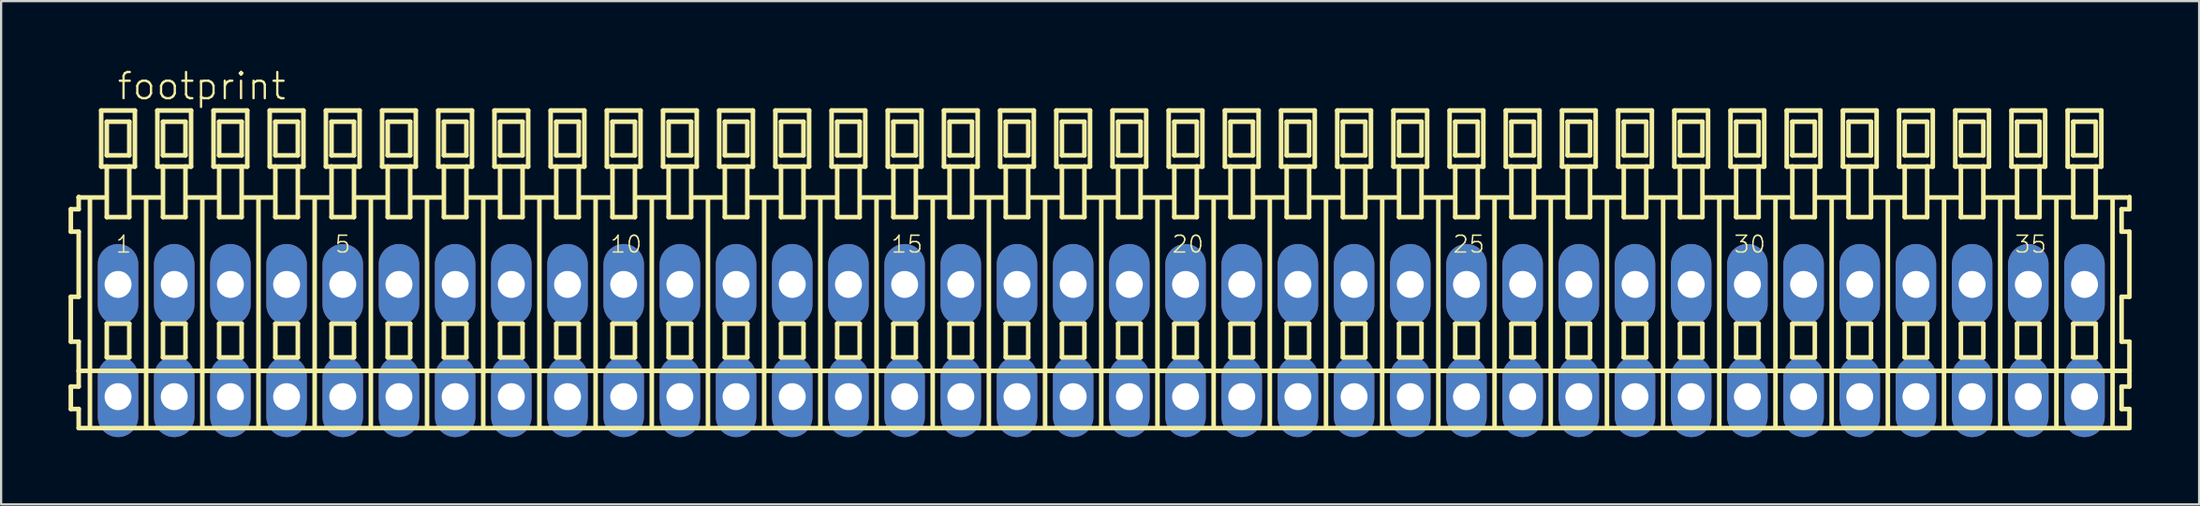
<source format=kicad_pcb>
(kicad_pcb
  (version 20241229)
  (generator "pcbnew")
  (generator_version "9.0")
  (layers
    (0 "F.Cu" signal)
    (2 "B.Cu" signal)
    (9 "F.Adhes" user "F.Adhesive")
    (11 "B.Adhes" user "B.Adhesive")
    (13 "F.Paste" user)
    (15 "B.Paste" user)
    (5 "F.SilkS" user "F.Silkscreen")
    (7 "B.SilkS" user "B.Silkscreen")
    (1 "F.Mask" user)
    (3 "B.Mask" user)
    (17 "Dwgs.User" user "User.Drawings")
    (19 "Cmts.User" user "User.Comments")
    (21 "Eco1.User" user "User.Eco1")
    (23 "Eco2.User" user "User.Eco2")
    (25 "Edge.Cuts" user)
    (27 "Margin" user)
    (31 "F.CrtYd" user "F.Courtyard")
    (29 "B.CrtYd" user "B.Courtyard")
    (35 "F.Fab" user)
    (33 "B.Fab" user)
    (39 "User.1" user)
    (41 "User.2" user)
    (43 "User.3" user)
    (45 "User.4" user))
  (footprint "footprint"
    (layer "F.Cu")
    (at 45.952 12.123)
    (property "Reference" "footprint" (at -43.85 -10.65 0) (layer "F.SilkS") (effects (font (size 1.168 1.168) (thickness 0.102)) (justify left bottom)))
    (fp_line (start -45.85 -5.85) (end -45.85 -4.85) (stroke (width 0.203) (type solid)) (layer "F.SilkS"))
    (fp_line (start -45.85 -4.85) (end -45.5 -4.85) (stroke (width 0.203) (type solid)) (layer "F.SilkS"))
    (fp_line (start -45.85 -1.95) (end -45.85 0.05) (stroke (width 0.203) (type solid)) (layer "F.SilkS"))
    (fp_line (start -45.85 0.05) (end -45.5 0.05) (stroke (width 0.203) (type solid)) (layer "F.SilkS"))
    (fp_line (start -45.85 2.05) (end -45.85 3.05) (stroke (width 0.203) (type solid)) (layer "F.SilkS"))
    (fp_line (start -45.85 3.05) (end -45.5 3.05) (stroke (width 0.203) (type solid)) (layer "F.SilkS"))
    (fp_line (start -45.5 -6.4) (end -45.5 -6.375) (stroke (width 0.203) (type solid)) (layer "F.SilkS"))
    (fp_line (start -45.5 -6.375) (end -45.5 -5.85) (stroke (width 0.203) (type solid)) (layer "F.SilkS"))
    (fp_line (start -45.5 -6.375) (end -44.375 -6.375) (stroke (width 0.203) (type solid)) (layer "F.SilkS"))
    (fp_line (start -45.5 -5.85) (end -45.85 -5.85) (stroke (width 0.203) (type solid)) (layer "F.SilkS"))
    (fp_line (start -45.5 -4.85) (end -45.5 -1.95) (stroke (width 0.203) (type solid)) (layer "F.SilkS"))
    (fp_line (start -45.5 -1.95) (end -45.85 -1.95) (stroke (width 0.203) (type solid)) (layer "F.SilkS"))
    (fp_line (start -45.5 0.05) (end -45.5 1.35) (stroke (width 0.203) (type solid)) (layer "F.SilkS"))
    (fp_line (start -45.5 1.35) (end -45.5 2.05) (stroke (width 0.203) (type solid)) (layer "F.SilkS"))
    (fp_line (start -45.5 1.35) (end 45.75 1.35) (stroke (width 0.203) (type solid)) (layer "F.SilkS"))
    (fp_line (start -45.5 2.05) (end -45.85 2.05) (stroke (width 0.203) (type solid)) (layer "F.SilkS"))
    (fp_line (start -45.5 3.05) (end -45.5 3.9) (stroke (width 0.203) (type solid)) (layer "F.SilkS"))
    (fp_line (start -45.5 3.9) (end 45.75 3.9) (stroke (width 0.203) (type solid)) (layer "F.SilkS"))
    (fp_line (start -45 -6.35) (end -45 3.8) (stroke (width 0.203) (type solid)) (layer "F.SilkS"))
    (fp_line (start -44.5 -10.25) (end -44.5 -7.75) (stroke (width 0.203) (type solid)) (layer "F.SilkS"))
    (fp_line (start -44.5 -7.75) (end -44.25 -7.75) (stroke (width 0.203) (type solid)) (layer "F.SilkS"))
    (fp_line (start -44.25 -9.75) (end -44.25 -8.25) (stroke (width 0.203) (type solid)) (layer "F.SilkS"))
    (fp_line (start -44.25 -8.25) (end -43.25 -8.25) (stroke (width 0.203) (type solid)) (layer "F.SilkS"))
    (fp_line (start -44.25 -7.75) (end -44.25 -5.5) (stroke (width 0.203) (type solid)) (layer "F.SilkS"))
    (fp_line (start -44.25 -7.75) (end -43.25 -7.75) (stroke (width 0.203) (type solid)) (layer "F.SilkS"))
    (fp_line (start -44.25 -5.5) (end -43.25 -5.5) (stroke (width 0.203) (type solid)) (layer "F.SilkS"))
    (fp_line (start -44.25 -0.75) (end -44.25 0.75) (stroke (width 0.203) (type solid)) (layer "F.SilkS"))
    (fp_line (start -44.25 0.75) (end -43.25 0.75) (stroke (width 0.203) (type solid)) (layer "F.SilkS"))
    (fp_line (start -43.25 -9.75) (end -44.25 -9.75) (stroke (width 0.203) (type solid)) (layer "F.SilkS"))
    (fp_line (start -43.25 -8.25) (end -43.25 -9.75) (stroke (width 0.203) (type solid)) (layer "F.SilkS"))
    (fp_line (start -43.25 -7.75) (end -43 -7.75) (stroke (width 0.203) (type solid)) (layer "F.SilkS"))
    (fp_line (start -43.25 -5.5) (end -43.25 -7.75) (stroke (width 0.203) (type solid)) (layer "F.SilkS"))
    (fp_line (start -43.25 -0.75) (end -44.25 -0.75) (stroke (width 0.203) (type solid)) (layer "F.SilkS"))
    (fp_line (start -43.25 0.75) (end -43.25 -0.75) (stroke (width 0.203) (type solid)) (layer "F.SilkS"))
    (fp_line (start -43.125 -6.375) (end -41.875 -6.375) (stroke (width 0.203) (type solid)) (layer "F.SilkS"))
    (fp_line (start -43 -10.25) (end -44.5 -10.25) (stroke (width 0.203) (type solid)) (layer "F.SilkS"))
    (fp_line (start -43 -7.75) (end -43 -10.25) (stroke (width 0.203) (type solid)) (layer "F.SilkS"))
    (fp_line (start -42.5 -6.35) (end -42.5 3.8) (stroke (width 0.203) (type solid)) (layer "F.SilkS"))
    (fp_line (start -42 -10.25) (end -42 -7.75) (stroke (width 0.203) (type solid)) (layer "F.SilkS"))
    (fp_line (start -42 -7.75) (end -41.75 -7.75) (stroke (width 0.203) (type solid)) (layer "F.SilkS"))
    (fp_line (start -41.75 -9.75) (end -41.75 -8.25) (stroke (width 0.203) (type solid)) (layer "F.SilkS"))
    (fp_line (start -41.75 -8.25) (end -40.75 -8.25) (stroke (width 0.203) (type solid)) (layer "F.SilkS"))
    (fp_line (start -41.75 -7.75) (end -41.75 -5.5) (stroke (width 0.203) (type solid)) (layer "F.SilkS"))
    (fp_line (start -41.75 -7.75) (end -40.75 -7.75) (stroke (width 0.203) (type solid)) (layer "F.SilkS"))
    (fp_line (start -41.75 -5.5) (end -40.75 -5.5) (stroke (width 0.203) (type solid)) (layer "F.SilkS"))
    (fp_line (start -41.75 -0.75) (end -41.75 0.75) (stroke (width 0.203) (type solid)) (layer "F.SilkS"))
    (fp_line (start -41.75 0.75) (end -40.75 0.75) (stroke (width 0.203) (type solid)) (layer "F.SilkS"))
    (fp_line (start -40.75 -9.75) (end -41.75 -9.75) (stroke (width 0.203) (type solid)) (layer "F.SilkS"))
    (fp_line (start -40.75 -8.25) (end -40.75 -9.75) (stroke (width 0.203) (type solid)) (layer "F.SilkS"))
    (fp_line (start -40.75 -7.75) (end -40.5 -7.75) (stroke (width 0.203) (type solid)) (layer "F.SilkS"))
    (fp_line (start -40.75 -5.5) (end -40.75 -7.75) (stroke (width 0.203) (type solid)) (layer "F.SilkS"))
    (fp_line (start -40.75 -0.75) (end -41.75 -0.75) (stroke (width 0.203) (type solid)) (layer "F.SilkS"))
    (fp_line (start -40.75 0.75) (end -40.75 -0.75) (stroke (width 0.203) (type solid)) (layer "F.SilkS"))
    (fp_line (start -40.625 -6.375) (end -39.375 -6.375) (stroke (width 0.203) (type solid)) (layer "F.SilkS"))
    (fp_line (start -40.5 -10.25) (end -42 -10.25) (stroke (width 0.203) (type solid)) (layer "F.SilkS"))
    (fp_line (start -40.5 -7.75) (end -40.5 -10.25) (stroke (width 0.203) (type solid)) (layer "F.SilkS"))
    (fp_line (start -40 -6.35) (end -40 3.8) (stroke (width 0.203) (type solid)) (layer "F.SilkS"))
    (fp_line (start -39.5 -10.25) (end -39.5 -7.75) (stroke (width 0.203) (type solid)) (layer "F.SilkS"))
    (fp_line (start -39.5 -7.75) (end -39.25 -7.75) (stroke (width 0.203) (type solid)) (layer "F.SilkS"))
    (fp_line (start -39.25 -9.75) (end -39.25 -8.25) (stroke (width 0.203) (type solid)) (layer "F.SilkS"))
    (fp_line (start -39.25 -8.25) (end -38.25 -8.25) (stroke (width 0.203) (type solid)) (layer "F.SilkS"))
    (fp_line (start -39.25 -7.75) (end -39.25 -5.5) (stroke (width 0.203) (type solid)) (layer "F.SilkS"))
    (fp_line (start -39.25 -7.75) (end -38.25 -7.75) (stroke (width 0.203) (type solid)) (layer "F.SilkS"))
    (fp_line (start -39.25 -5.5) (end -38.25 -5.5) (stroke (width 0.203) (type solid)) (layer "F.SilkS"))
    (fp_line (start -39.25 -0.75) (end -39.25 0.75) (stroke (width 0.203) (type solid)) (layer "F.SilkS"))
    (fp_line (start -39.25 0.75) (end -38.25 0.75) (stroke (width 0.203) (type solid)) (layer "F.SilkS"))
    (fp_line (start -38.25 -9.75) (end -39.25 -9.75) (stroke (width 0.203) (type solid)) (layer "F.SilkS"))
    (fp_line (start -38.25 -8.25) (end -38.25 -9.75) (stroke (width 0.203) (type solid)) (layer "F.SilkS"))
    (fp_line (start -38.25 -7.75) (end -38 -7.75) (stroke (width 0.203) (type solid)) (layer "F.SilkS"))
    (fp_line (start -38.25 -5.5) (end -38.25 -7.75) (stroke (width 0.203) (type solid)) (layer "F.SilkS"))
    (fp_line (start -38.25 -0.75) (end -39.25 -0.75) (stroke (width 0.203) (type solid)) (layer "F.SilkS"))
    (fp_line (start -38.25 0.75) (end -38.25 -0.75) (stroke (width 0.203) (type solid)) (layer "F.SilkS"))
    (fp_line (start -38.125 -6.375) (end -36.875 -6.375) (stroke (width 0.203) (type solid)) (layer "F.SilkS"))
    (fp_line (start -38 -10.25) (end -39.5 -10.25) (stroke (width 0.203) (type solid)) (layer "F.SilkS"))
    (fp_line (start -38 -7.75) (end -38 -10.25) (stroke (width 0.203) (type solid)) (layer "F.SilkS"))
    (fp_line (start -37.5 -6.35) (end -37.5 3.8) (stroke (width 0.203) (type solid)) (layer "F.SilkS"))
    (fp_line (start -37 -10.25) (end -37 -7.75) (stroke (width 0.203) (type solid)) (layer "F.SilkS"))
    (fp_line (start -37 -7.75) (end -36.75 -7.75) (stroke (width 0.203) (type solid)) (layer "F.SilkS"))
    (fp_line (start -36.75 -9.75) (end -36.75 -8.25) (stroke (width 0.203) (type solid)) (layer "F.SilkS"))
    (fp_line (start -36.75 -8.25) (end -35.75 -8.25) (stroke (width 0.203) (type solid)) (layer "F.SilkS"))
    (fp_line (start -36.75 -7.75) (end -36.75 -5.5) (stroke (width 0.203) (type solid)) (layer "F.SilkS"))
    (fp_line (start -36.75 -7.75) (end -35.75 -7.75) (stroke (width 0.203) (type solid)) (layer "F.SilkS"))
    (fp_line (start -36.75 -5.5) (end -35.75 -5.5) (stroke (width 0.203) (type solid)) (layer "F.SilkS"))
    (fp_line (start -36.75 -0.75) (end -36.75 0.75) (stroke (width 0.203) (type solid)) (layer "F.SilkS"))
    (fp_line (start -36.75 0.75) (end -35.75 0.75) (stroke (width 0.203) (type solid)) (layer "F.SilkS"))
    (fp_line (start -35.75 -9.75) (end -36.75 -9.75) (stroke (width 0.203) (type solid)) (layer "F.SilkS"))
    (fp_line (start -35.75 -8.25) (end -35.75 -9.75) (stroke (width 0.203) (type solid)) (layer "F.SilkS"))
    (fp_line (start -35.75 -7.75) (end -35.5 -7.75) (stroke (width 0.203) (type solid)) (layer "F.SilkS"))
    (fp_line (start -35.75 -5.5) (end -35.75 -7.75) (stroke (width 0.203) (type solid)) (layer "F.SilkS"))
    (fp_line (start -35.75 -0.75) (end -36.75 -0.75) (stroke (width 0.203) (type solid)) (layer "F.SilkS"))
    (fp_line (start -35.75 0.75) (end -35.75 -0.75) (stroke (width 0.203) (type solid)) (layer "F.SilkS"))
    (fp_line (start -35.625 -6.375) (end -34.375 -6.375) (stroke (width 0.203) (type solid)) (layer "F.SilkS"))
    (fp_line (start -35.5 -10.25) (end -37 -10.25) (stroke (width 0.203) (type solid)) (layer "F.SilkS"))
    (fp_line (start -35.5 -7.75) (end -35.5 -10.25) (stroke (width 0.203) (type solid)) (layer "F.SilkS"))
    (fp_line (start -35 -6.35) (end -35 3.8) (stroke (width 0.203) (type solid)) (layer "F.SilkS"))
    (fp_line (start -34.5 -10.25) (end -34.5 -7.75) (stroke (width 0.203) (type solid)) (layer "F.SilkS"))
    (fp_line (start -34.5 -7.75) (end -34.25 -7.75) (stroke (width 0.203) (type solid)) (layer "F.SilkS"))
    (fp_line (start -34.25 -9.75) (end -34.25 -8.25) (stroke (width 0.203) (type solid)) (layer "F.SilkS"))
    (fp_line (start -34.25 -8.25) (end -33.25 -8.25) (stroke (width 0.203) (type solid)) (layer "F.SilkS"))
    (fp_line (start -34.25 -7.75) (end -34.25 -5.5) (stroke (width 0.203) (type solid)) (layer "F.SilkS"))
    (fp_line (start -34.25 -7.75) (end -33.25 -7.75) (stroke (width 0.203) (type solid)) (layer "F.SilkS"))
    (fp_line (start -34.25 -5.5) (end -33.25 -5.5) (stroke (width 0.203) (type solid)) (layer "F.SilkS"))
    (fp_line (start -34.25 -0.75) (end -34.25 0.75) (stroke (width 0.203) (type solid)) (layer "F.SilkS"))
    (fp_line (start -34.25 0.75) (end -33.25 0.75) (stroke (width 0.203) (type solid)) (layer "F.SilkS"))
    (fp_line (start -33.25 -9.75) (end -34.25 -9.75) (stroke (width 0.203) (type solid)) (layer "F.SilkS"))
    (fp_line (start -33.25 -8.25) (end -33.25 -9.75) (stroke (width 0.203) (type solid)) (layer "F.SilkS"))
    (fp_line (start -33.25 -7.75) (end -33 -7.75) (stroke (width 0.203) (type solid)) (layer "F.SilkS"))
    (fp_line (start -33.25 -5.5) (end -33.25 -7.75) (stroke (width 0.203) (type solid)) (layer "F.SilkS"))
    (fp_line (start -33.25 -0.75) (end -34.25 -0.75) (stroke (width 0.203) (type solid)) (layer "F.SilkS"))
    (fp_line (start -33.25 0.75) (end -33.25 -0.75) (stroke (width 0.203) (type solid)) (layer "F.SilkS"))
    (fp_line (start -33.125 -6.375) (end -31.875 -6.375) (stroke (width 0.203) (type solid)) (layer "F.SilkS"))
    (fp_line (start -33 -10.25) (end -34.5 -10.25) (stroke (width 0.203) (type solid)) (layer "F.SilkS"))
    (fp_line (start -33 -7.75) (end -33 -10.25) (stroke (width 0.203) (type solid)) (layer "F.SilkS"))
    (fp_line (start -32.5 -6.35) (end -32.5 3.8) (stroke (width 0.203) (type solid)) (layer "F.SilkS"))
    (fp_line (start -32 -10.25) (end -32 -7.75) (stroke (width 0.203) (type solid)) (layer "F.SilkS"))
    (fp_line (start -32 -7.75) (end -31.75 -7.75) (stroke (width 0.203) (type solid)) (layer "F.SilkS"))
    (fp_line (start -31.75 -9.75) (end -31.75 -8.25) (stroke (width 0.203) (type solid)) (layer "F.SilkS"))
    (fp_line (start -31.75 -8.25) (end -30.75 -8.25) (stroke (width 0.203) (type solid)) (layer "F.SilkS"))
    (fp_line (start -31.75 -7.75) (end -31.75 -5.5) (stroke (width 0.203) (type solid)) (layer "F.SilkS"))
    (fp_line (start -31.75 -7.75) (end -30.75 -7.75) (stroke (width 0.203) (type solid)) (layer "F.SilkS"))
    (fp_line (start -31.75 -5.5) (end -30.75 -5.5) (stroke (width 0.203) (type solid)) (layer "F.SilkS"))
    (fp_line (start -31.75 -0.75) (end -31.75 0.75) (stroke (width 0.203) (type solid)) (layer "F.SilkS"))
    (fp_line (start -31.75 0.75) (end -30.75 0.75) (stroke (width 0.203) (type solid)) (layer "F.SilkS"))
    (fp_line (start -30.75 -9.75) (end -31.75 -9.75) (stroke (width 0.203) (type solid)) (layer "F.SilkS"))
    (fp_line (start -30.75 -8.25) (end -30.75 -9.75) (stroke (width 0.203) (type solid)) (layer "F.SilkS"))
    (fp_line (start -30.75 -7.75) (end -30.5 -7.75) (stroke (width 0.203) (type solid)) (layer "F.SilkS"))
    (fp_line (start -30.75 -5.5) (end -30.75 -7.75) (stroke (width 0.203) (type solid)) (layer "F.SilkS"))
    (fp_line (start -30.75 -0.75) (end -31.75 -0.75) (stroke (width 0.203) (type solid)) (layer "F.SilkS"))
    (fp_line (start -30.75 0.75) (end -30.75 -0.75) (stroke (width 0.203) (type solid)) (layer "F.SilkS"))
    (fp_line (start -30.625 -6.375) (end -29.375 -6.375) (stroke (width 0.203) (type solid)) (layer "F.SilkS"))
    (fp_line (start -30.5 -10.25) (end -32 -10.25) (stroke (width 0.203) (type solid)) (layer "F.SilkS"))
    (fp_line (start -30.5 -7.75) (end -30.5 -10.25) (stroke (width 0.203) (type solid)) (layer "F.SilkS"))
    (fp_line (start -30 -6.35) (end -30 3.8) (stroke (width 0.203) (type solid)) (layer "F.SilkS"))
    (fp_line (start -29.5 -10.25) (end -29.5 -7.75) (stroke (width 0.203) (type solid)) (layer "F.SilkS"))
    (fp_line (start -29.5 -7.75) (end -29.25 -7.75) (stroke (width 0.203) (type solid)) (layer "F.SilkS"))
    (fp_line (start -29.25 -9.75) (end -29.25 -8.25) (stroke (width 0.203) (type solid)) (layer "F.SilkS"))
    (fp_line (start -29.25 -8.25) (end -28.25 -8.25) (stroke (width 0.203) (type solid)) (layer "F.SilkS"))
    (fp_line (start -29.25 -7.75) (end -29.25 -5.5) (stroke (width 0.203) (type solid)) (layer "F.SilkS"))
    (fp_line (start -29.25 -7.75) (end -28.25 -7.75) (stroke (width 0.203) (type solid)) (layer "F.SilkS"))
    (fp_line (start -29.25 -5.5) (end -28.25 -5.5) (stroke (width 0.203) (type solid)) (layer "F.SilkS"))
    (fp_line (start -29.25 -0.75) (end -29.25 0.75) (stroke (width 0.203) (type solid)) (layer "F.SilkS"))
    (fp_line (start -29.25 0.75) (end -28.25 0.75) (stroke (width 0.203) (type solid)) (layer "F.SilkS"))
    (fp_line (start -28.25 -9.75) (end -29.25 -9.75) (stroke (width 0.203) (type solid)) (layer "F.SilkS"))
    (fp_line (start -28.25 -8.25) (end -28.25 -9.75) (stroke (width 0.203) (type solid)) (layer "F.SilkS"))
    (fp_line (start -28.25 -7.75) (end -28 -7.75) (stroke (width 0.203) (type solid)) (layer "F.SilkS"))
    (fp_line (start -28.25 -5.5) (end -28.25 -7.75) (stroke (width 0.203) (type solid)) (layer "F.SilkS"))
    (fp_line (start -28.25 -0.75) (end -29.25 -0.75) (stroke (width 0.203) (type solid)) (layer "F.SilkS"))
    (fp_line (start -28.25 0.75) (end -28.25 -0.75) (stroke (width 0.203) (type solid)) (layer "F.SilkS"))
    (fp_line (start -28.125 -6.375) (end -26.875 -6.375) (stroke (width 0.203) (type solid)) (layer "F.SilkS"))
    (fp_line (start -28 -10.25) (end -29.5 -10.25) (stroke (width 0.203) (type solid)) (layer "F.SilkS"))
    (fp_line (start -28 -7.75) (end -28 -10.25) (stroke (width 0.203) (type solid)) (layer "F.SilkS"))
    (fp_line (start -27.5 -6.35) (end -27.5 3.8) (stroke (width 0.203) (type solid)) (layer "F.SilkS"))
    (fp_line (start -27 -10.25) (end -27 -7.75) (stroke (width 0.203) (type solid)) (layer "F.SilkS"))
    (fp_line (start -27 -7.75) (end -26.75 -7.75) (stroke (width 0.203) (type solid)) (layer "F.SilkS"))
    (fp_line (start -26.75 -9.75) (end -26.75 -8.25) (stroke (width 0.203) (type solid)) (layer "F.SilkS"))
    (fp_line (start -26.75 -8.25) (end -25.75 -8.25) (stroke (width 0.203) (type solid)) (layer "F.SilkS"))
    (fp_line (start -26.75 -7.75) (end -26.75 -5.5) (stroke (width 0.203) (type solid)) (layer "F.SilkS"))
    (fp_line (start -26.75 -7.75) (end -25.75 -7.75) (stroke (width 0.203) (type solid)) (layer "F.SilkS"))
    (fp_line (start -26.75 -5.5) (end -25.75 -5.5) (stroke (width 0.203) (type solid)) (layer "F.SilkS"))
    (fp_line (start -26.75 -0.75) (end -26.75 0.75) (stroke (width 0.203) (type solid)) (layer "F.SilkS"))
    (fp_line (start -26.75 0.75) (end -25.75 0.75) (stroke (width 0.203) (type solid)) (layer "F.SilkS"))
    (fp_line (start -25.75 -9.75) (end -26.75 -9.75) (stroke (width 0.203) (type solid)) (layer "F.SilkS"))
    (fp_line (start -25.75 -8.25) (end -25.75 -9.75) (stroke (width 0.203) (type solid)) (layer "F.SilkS"))
    (fp_line (start -25.75 -7.75) (end -25.5 -7.75) (stroke (width 0.203) (type solid)) (layer "F.SilkS"))
    (fp_line (start -25.75 -5.5) (end -25.75 -7.75) (stroke (width 0.203) (type solid)) (layer "F.SilkS"))
    (fp_line (start -25.75 -0.75) (end -26.75 -0.75) (stroke (width 0.203) (type solid)) (layer "F.SilkS"))
    (fp_line (start -25.75 0.75) (end -25.75 -0.75) (stroke (width 0.203) (type solid)) (layer "F.SilkS"))
    (fp_line (start -25.625 -6.375) (end -24.375 -6.375) (stroke (width 0.203) (type solid)) (layer "F.SilkS"))
    (fp_line (start -25.5 -10.25) (end -27 -10.25) (stroke (width 0.203) (type solid)) (layer "F.SilkS"))
    (fp_line (start -25.5 -7.75) (end -25.5 -10.25) (stroke (width 0.203) (type solid)) (layer "F.SilkS"))
    (fp_line (start -25 -6.35) (end -25 3.8) (stroke (width 0.203) (type solid)) (layer "F.SilkS"))
    (fp_line (start -24.5 -10.25) (end -24.5 -7.75) (stroke (width 0.203) (type solid)) (layer "F.SilkS"))
    (fp_line (start -24.5 -7.75) (end -24.25 -7.75) (stroke (width 0.203) (type solid)) (layer "F.SilkS"))
    (fp_line (start -24.25 -9.75) (end -24.25 -8.25) (stroke (width 0.203) (type solid)) (layer "F.SilkS"))
    (fp_line (start -24.25 -8.25) (end -23.25 -8.25) (stroke (width 0.203) (type solid)) (layer "F.SilkS"))
    (fp_line (start -24.25 -7.75) (end -24.25 -5.5) (stroke (width 0.203) (type solid)) (layer "F.SilkS"))
    (fp_line (start -24.25 -7.75) (end -23.25 -7.75) (stroke (width 0.203) (type solid)) (layer "F.SilkS"))
    (fp_line (start -24.25 -5.5) (end -23.25 -5.5) (stroke (width 0.203) (type solid)) (layer "F.SilkS"))
    (fp_line (start -24.25 -0.75) (end -24.25 0.75) (stroke (width 0.203) (type solid)) (layer "F.SilkS"))
    (fp_line (start -24.25 0.75) (end -23.25 0.75) (stroke (width 0.203) (type solid)) (layer "F.SilkS"))
    (fp_line (start -23.25 -9.75) (end -24.25 -9.75) (stroke (width 0.203) (type solid)) (layer "F.SilkS"))
    (fp_line (start -23.25 -8.25) (end -23.25 -9.75) (stroke (width 0.203) (type solid)) (layer "F.SilkS"))
    (fp_line (start -23.25 -7.75) (end -23 -7.75) (stroke (width 0.203) (type solid)) (layer "F.SilkS"))
    (fp_line (start -23.25 -5.5) (end -23.25 -7.75) (stroke (width 0.203) (type solid)) (layer "F.SilkS"))
    (fp_line (start -23.25 -0.75) (end -24.25 -0.75) (stroke (width 0.203) (type solid)) (layer "F.SilkS"))
    (fp_line (start -23.25 0.75) (end -23.25 -0.75) (stroke (width 0.203) (type solid)) (layer "F.SilkS"))
    (fp_line (start -23.125 -6.375) (end -21.875 -6.375) (stroke (width 0.203) (type solid)) (layer "F.SilkS"))
    (fp_line (start -23 -10.25) (end -24.5 -10.25) (stroke (width 0.203) (type solid)) (layer "F.SilkS"))
    (fp_line (start -23 -7.75) (end -23 -10.25) (stroke (width 0.203) (type solid)) (layer "F.SilkS"))
    (fp_line (start -22.5 -6.35) (end -22.5 3.8) (stroke (width 0.203) (type solid)) (layer "F.SilkS"))
    (fp_line (start -22 -10.25) (end -22 -7.75) (stroke (width 0.203) (type solid)) (layer "F.SilkS"))
    (fp_line (start -22 -7.75) (end -21.75 -7.75) (stroke (width 0.203) (type solid)) (layer "F.SilkS"))
    (fp_line (start -21.75 -9.75) (end -21.75 -8.25) (stroke (width 0.203) (type solid)) (layer "F.SilkS"))
    (fp_line (start -21.75 -8.25) (end -20.75 -8.25) (stroke (width 0.203) (type solid)) (layer "F.SilkS"))
    (fp_line (start -21.75 -7.75) (end -21.75 -5.5) (stroke (width 0.203) (type solid)) (layer "F.SilkS"))
    (fp_line (start -21.75 -7.75) (end -20.75 -7.75) (stroke (width 0.203) (type solid)) (layer "F.SilkS"))
    (fp_line (start -21.75 -5.5) (end -20.75 -5.5) (stroke (width 0.203) (type solid)) (layer "F.SilkS"))
    (fp_line (start -21.75 -0.75) (end -21.75 0.75) (stroke (width 0.203) (type solid)) (layer "F.SilkS"))
    (fp_line (start -21.75 0.75) (end -20.75 0.75) (stroke (width 0.203) (type solid)) (layer "F.SilkS"))
    (fp_line (start -20.75 -9.75) (end -21.75 -9.75) (stroke (width 0.203) (type solid)) (layer "F.SilkS"))
    (fp_line (start -20.75 -8.25) (end -20.75 -9.75) (stroke (width 0.203) (type solid)) (layer "F.SilkS"))
    (fp_line (start -20.75 -7.75) (end -20.5 -7.75) (stroke (width 0.203) (type solid)) (layer "F.SilkS"))
    (fp_line (start -20.75 -5.5) (end -20.75 -7.75) (stroke (width 0.203) (type solid)) (layer "F.SilkS"))
    (fp_line (start -20.75 -0.75) (end -21.75 -0.75) (stroke (width 0.203) (type solid)) (layer "F.SilkS"))
    (fp_line (start -20.75 0.75) (end -20.75 -0.75) (stroke (width 0.203) (type solid)) (layer "F.SilkS"))
    (fp_line (start -20.625 -6.375) (end -19.375 -6.375) (stroke (width 0.203) (type solid)) (layer "F.SilkS"))
    (fp_line (start -20.5 -10.25) (end -22 -10.25) (stroke (width 0.203) (type solid)) (layer "F.SilkS"))
    (fp_line (start -20.5 -7.75) (end -20.5 -10.25) (stroke (width 0.203) (type solid)) (layer "F.SilkS"))
    (fp_line (start -20 -6.35) (end -20 3.8) (stroke (width 0.203) (type solid)) (layer "F.SilkS"))
    (fp_line (start -19.5 -10.25) (end -19.5 -7.75) (stroke (width 0.203) (type solid)) (layer "F.SilkS"))
    (fp_line (start -19.5 -7.75) (end -19.25 -7.75) (stroke (width 0.203) (type solid)) (layer "F.SilkS"))
    (fp_line (start -19.25 -9.75) (end -19.25 -8.25) (stroke (width 0.203) (type solid)) (layer "F.SilkS"))
    (fp_line (start -19.25 -8.25) (end -18.25 -8.25) (stroke (width 0.203) (type solid)) (layer "F.SilkS"))
    (fp_line (start -19.25 -7.75) (end -19.25 -5.5) (stroke (width 0.203) (type solid)) (layer "F.SilkS"))
    (fp_line (start -19.25 -7.75) (end -18.25 -7.75) (stroke (width 0.203) (type solid)) (layer "F.SilkS"))
    (fp_line (start -19.25 -5.5) (end -18.25 -5.5) (stroke (width 0.203) (type solid)) (layer "F.SilkS"))
    (fp_line (start -19.25 -0.75) (end -19.25 0.75) (stroke (width 0.203) (type solid)) (layer "F.SilkS"))
    (fp_line (start -19.25 0.75) (end -18.25 0.75) (stroke (width 0.203) (type solid)) (layer "F.SilkS"))
    (fp_line (start -18.25 -9.75) (end -19.25 -9.75) (stroke (width 0.203) (type solid)) (layer "F.SilkS"))
    (fp_line (start -18.25 -8.25) (end -18.25 -9.75) (stroke (width 0.203) (type solid)) (layer "F.SilkS"))
    (fp_line (start -18.25 -7.75) (end -18 -7.75) (stroke (width 0.203) (type solid)) (layer "F.SilkS"))
    (fp_line (start -18.25 -5.5) (end -18.25 -7.75) (stroke (width 0.203) (type solid)) (layer "F.SilkS"))
    (fp_line (start -18.25 -0.75) (end -19.25 -0.75) (stroke (width 0.203) (type solid)) (layer "F.SilkS"))
    (fp_line (start -18.25 0.75) (end -18.25 -0.75) (stroke (width 0.203) (type solid)) (layer "F.SilkS"))
    (fp_line (start -18.125 -6.375) (end -16.875 -6.375) (stroke (width 0.203) (type solid)) (layer "F.SilkS"))
    (fp_line (start -18 -10.25) (end -19.5 -10.25) (stroke (width 0.203) (type solid)) (layer "F.SilkS"))
    (fp_line (start -18 -7.75) (end -18 -10.25) (stroke (width 0.203) (type solid)) (layer "F.SilkS"))
    (fp_line (start -17.5 -6.35) (end -17.5 3.8) (stroke (width 0.203) (type solid)) (layer "F.SilkS"))
    (fp_line (start -17 -10.25) (end -17 -7.75) (stroke (width 0.203) (type solid)) (layer "F.SilkS"))
    (fp_line (start -17 -7.75) (end -16.75 -7.75) (stroke (width 0.203) (type solid)) (layer "F.SilkS"))
    (fp_line (start -16.75 -9.75) (end -16.75 -8.25) (stroke (width 0.203) (type solid)) (layer "F.SilkS"))
    (fp_line (start -16.75 -8.25) (end -15.75 -8.25) (stroke (width 0.203) (type solid)) (layer "F.SilkS"))
    (fp_line (start -16.75 -7.75) (end -16.75 -5.5) (stroke (width 0.203) (type solid)) (layer "F.SilkS"))
    (fp_line (start -16.75 -7.75) (end -15.75 -7.75) (stroke (width 0.203) (type solid)) (layer "F.SilkS"))
    (fp_line (start -16.75 -5.5) (end -15.75 -5.5) (stroke (width 0.203) (type solid)) (layer "F.SilkS"))
    (fp_line (start -16.75 -0.75) (end -16.75 0.75) (stroke (width 0.203) (type solid)) (layer "F.SilkS"))
    (fp_line (start -16.75 0.75) (end -15.75 0.75) (stroke (width 0.203) (type solid)) (layer "F.SilkS"))
    (fp_line (start -15.75 -9.75) (end -16.75 -9.75) (stroke (width 0.203) (type solid)) (layer "F.SilkS"))
    (fp_line (start -15.75 -8.25) (end -15.75 -9.75) (stroke (width 0.203) (type solid)) (layer "F.SilkS"))
    (fp_line (start -15.75 -7.75) (end -15.5 -7.75) (stroke (width 0.203) (type solid)) (layer "F.SilkS"))
    (fp_line (start -15.75 -5.5) (end -15.75 -7.75) (stroke (width 0.203) (type solid)) (layer "F.SilkS"))
    (fp_line (start -15.75 -0.75) (end -16.75 -0.75) (stroke (width 0.203) (type solid)) (layer "F.SilkS"))
    (fp_line (start -15.75 0.75) (end -15.75 -0.75) (stroke (width 0.203) (type solid)) (layer "F.SilkS"))
    (fp_line (start -15.625 -6.375) (end -14.375 -6.375) (stroke (width 0.203) (type solid)) (layer "F.SilkS"))
    (fp_line (start -15.5 -10.25) (end -17 -10.25) (stroke (width 0.203) (type solid)) (layer "F.SilkS"))
    (fp_line (start -15.5 -7.75) (end -15.5 -10.25) (stroke (width 0.203) (type solid)) (layer "F.SilkS"))
    (fp_line (start -15 -6.35) (end -15 3.8) (stroke (width 0.203) (type solid)) (layer "F.SilkS"))
    (fp_line (start -14.5 -10.25) (end -14.5 -7.75) (stroke (width 0.203) (type solid)) (layer "F.SilkS"))
    (fp_line (start -14.5 -7.75) (end -14.25 -7.75) (stroke (width 0.203) (type solid)) (layer "F.SilkS"))
    (fp_line (start -14.25 -9.75) (end -14.25 -8.25) (stroke (width 0.203) (type solid)) (layer "F.SilkS"))
    (fp_line (start -14.25 -8.25) (end -13.25 -8.25) (stroke (width 0.203) (type solid)) (layer "F.SilkS"))
    (fp_line (start -14.25 -7.75) (end -14.25 -5.5) (stroke (width 0.203) (type solid)) (layer "F.SilkS"))
    (fp_line (start -14.25 -7.75) (end -13.25 -7.75) (stroke (width 0.203) (type solid)) (layer "F.SilkS"))
    (fp_line (start -14.25 -5.5) (end -13.25 -5.5) (stroke (width 0.203) (type solid)) (layer "F.SilkS"))
    (fp_line (start -14.25 -0.75) (end -14.25 0.75) (stroke (width 0.203) (type solid)) (layer "F.SilkS"))
    (fp_line (start -14.25 0.75) (end -13.25 0.75) (stroke (width 0.203) (type solid)) (layer "F.SilkS"))
    (fp_line (start -13.25 -9.75) (end -14.25 -9.75) (stroke (width 0.203) (type solid)) (layer "F.SilkS"))
    (fp_line (start -13.25 -8.25) (end -13.25 -9.75) (stroke (width 0.203) (type solid)) (layer "F.SilkS"))
    (fp_line (start -13.25 -7.75) (end -13 -7.75) (stroke (width 0.203) (type solid)) (layer "F.SilkS"))
    (fp_line (start -13.25 -5.5) (end -13.25 -7.75) (stroke (width 0.203) (type solid)) (layer "F.SilkS"))
    (fp_line (start -13.25 -0.75) (end -14.25 -0.75) (stroke (width 0.203) (type solid)) (layer "F.SilkS"))
    (fp_line (start -13.25 0.75) (end -13.25 -0.75) (stroke (width 0.203) (type solid)) (layer "F.SilkS"))
    (fp_line (start -13.125 -6.375) (end -11.875 -6.375) (stroke (width 0.203) (type solid)) (layer "F.SilkS"))
    (fp_line (start -13 -10.25) (end -14.5 -10.25) (stroke (width 0.203) (type solid)) (layer "F.SilkS"))
    (fp_line (start -13 -7.75) (end -13 -10.25) (stroke (width 0.203) (type solid)) (layer "F.SilkS"))
    (fp_line (start -12.5 -6.35) (end -12.5 3.8) (stroke (width 0.203) (type solid)) (layer "F.SilkS"))
    (fp_line (start -12 -10.25) (end -12 -7.75) (stroke (width 0.203) (type solid)) (layer "F.SilkS"))
    (fp_line (start -12 -7.75) (end -11.75 -7.75) (stroke (width 0.203) (type solid)) (layer "F.SilkS"))
    (fp_line (start -11.75 -9.75) (end -11.75 -8.25) (stroke (width 0.203) (type solid)) (layer "F.SilkS"))
    (fp_line (start -11.75 -8.25) (end -10.75 -8.25) (stroke (width 0.203) (type solid)) (layer "F.SilkS"))
    (fp_line (start -11.75 -7.75) (end -11.75 -5.5) (stroke (width 0.203) (type solid)) (layer "F.SilkS"))
    (fp_line (start -11.75 -7.75) (end -10.75 -7.75) (stroke (width 0.203) (type solid)) (layer "F.SilkS"))
    (fp_line (start -11.75 -5.5) (end -10.75 -5.5) (stroke (width 0.203) (type solid)) (layer "F.SilkS"))
    (fp_line (start -11.75 -0.75) (end -11.75 0.75) (stroke (width 0.203) (type solid)) (layer "F.SilkS"))
    (fp_line (start -11.75 0.75) (end -10.75 0.75) (stroke (width 0.203) (type solid)) (layer "F.SilkS"))
    (fp_line (start -10.75 -9.75) (end -11.75 -9.75) (stroke (width 0.203) (type solid)) (layer "F.SilkS"))
    (fp_line (start -10.75 -8.25) (end -10.75 -9.75) (stroke (width 0.203) (type solid)) (layer "F.SilkS"))
    (fp_line (start -10.75 -7.75) (end -10.5 -7.75) (stroke (width 0.203) (type solid)) (layer "F.SilkS"))
    (fp_line (start -10.75 -5.5) (end -10.75 -7.75) (stroke (width 0.203) (type solid)) (layer "F.SilkS"))
    (fp_line (start -10.75 -0.75) (end -11.75 -0.75) (stroke (width 0.203) (type solid)) (layer "F.SilkS"))
    (fp_line (start -10.75 0.75) (end -10.75 -0.75) (stroke (width 0.203) (type solid)) (layer "F.SilkS"))
    (fp_line (start -10.625 -6.375) (end -9.375 -6.375) (stroke (width 0.203) (type solid)) (layer "F.SilkS"))
    (fp_line (start -10.5 -10.25) (end -12 -10.25) (stroke (width 0.203) (type solid)) (layer "F.SilkS"))
    (fp_line (start -10.5 -7.75) (end -10.5 -10.25) (stroke (width 0.203) (type solid)) (layer "F.SilkS"))
    (fp_line (start -10 -6.35) (end -10 3.8) (stroke (width 0.203) (type solid)) (layer "F.SilkS"))
    (fp_line (start -9.5 -10.25) (end -9.5 -7.75) (stroke (width 0.203) (type solid)) (layer "F.SilkS"))
    (fp_line (start -9.5 -7.75) (end -9.25 -7.75) (stroke (width 0.203) (type solid)) (layer "F.SilkS"))
    (fp_line (start -9.25 -9.75) (end -9.25 -8.25) (stroke (width 0.203) (type solid)) (layer "F.SilkS"))
    (fp_line (start -9.25 -8.25) (end -8.25 -8.25) (stroke (width 0.203) (type solid)) (layer "F.SilkS"))
    (fp_line (start -9.25 -7.75) (end -9.25 -5.5) (stroke (width 0.203) (type solid)) (layer "F.SilkS"))
    (fp_line (start -9.25 -7.75) (end -8.25 -7.75) (stroke (width 0.203) (type solid)) (layer "F.SilkS"))
    (fp_line (start -9.25 -5.5) (end -8.25 -5.5) (stroke (width 0.203) (type solid)) (layer "F.SilkS"))
    (fp_line (start -9.25 -0.75) (end -9.25 0.75) (stroke (width 0.203) (type solid)) (layer "F.SilkS"))
    (fp_line (start -9.25 0.75) (end -8.25 0.75) (stroke (width 0.203) (type solid)) (layer "F.SilkS"))
    (fp_line (start -8.25 -9.75) (end -9.25 -9.75) (stroke (width 0.203) (type solid)) (layer "F.SilkS"))
    (fp_line (start -8.25 -8.25) (end -8.25 -9.75) (stroke (width 0.203) (type solid)) (layer "F.SilkS"))
    (fp_line (start -8.25 -7.75) (end -8 -7.75) (stroke (width 0.203) (type solid)) (layer "F.SilkS"))
    (fp_line (start -8.25 -5.5) (end -8.25 -7.75) (stroke (width 0.203) (type solid)) (layer "F.SilkS"))
    (fp_line (start -8.25 -0.75) (end -9.25 -0.75) (stroke (width 0.203) (type solid)) (layer "F.SilkS"))
    (fp_line (start -8.25 0.75) (end -8.25 -0.75) (stroke (width 0.203) (type solid)) (layer "F.SilkS"))
    (fp_line (start -8.125 -6.375) (end -6.875 -6.375) (stroke (width 0.203) (type solid)) (layer "F.SilkS"))
    (fp_line (start -8 -10.25) (end -9.5 -10.25) (stroke (width 0.203) (type solid)) (layer "F.SilkS"))
    (fp_line (start -8 -7.75) (end -8 -10.25) (stroke (width 0.203) (type solid)) (layer "F.SilkS"))
    (fp_line (start -7.5 -6.35) (end -7.5 3.8) (stroke (width 0.203) (type solid)) (layer "F.SilkS"))
    (fp_line (start -7 -10.25) (end -7 -7.75) (stroke (width 0.203) (type solid)) (layer "F.SilkS"))
    (fp_line (start -7 -7.75) (end -6.75 -7.75) (stroke (width 0.203) (type solid)) (layer "F.SilkS"))
    (fp_line (start -6.75 -9.75) (end -6.75 -8.25) (stroke (width 0.203) (type solid)) (layer "F.SilkS"))
    (fp_line (start -6.75 -8.25) (end -5.75 -8.25) (stroke (width 0.203) (type solid)) (layer "F.SilkS"))
    (fp_line (start -6.75 -7.75) (end -6.75 -5.5) (stroke (width 0.203) (type solid)) (layer "F.SilkS"))
    (fp_line (start -6.75 -7.75) (end -5.75 -7.75) (stroke (width 0.203) (type solid)) (layer "F.SilkS"))
    (fp_line (start -6.75 -5.5) (end -5.75 -5.5) (stroke (width 0.203) (type solid)) (layer "F.SilkS"))
    (fp_line (start -6.75 -0.75) (end -6.75 0.75) (stroke (width 0.203) (type solid)) (layer "F.SilkS"))
    (fp_line (start -6.75 0.75) (end -5.75 0.75) (stroke (width 0.203) (type solid)) (layer "F.SilkS"))
    (fp_line (start -5.75 -9.75) (end -6.75 -9.75) (stroke (width 0.203) (type solid)) (layer "F.SilkS"))
    (fp_line (start -5.75 -8.25) (end -5.75 -9.75) (stroke (width 0.203) (type solid)) (layer "F.SilkS"))
    (fp_line (start -5.75 -7.75) (end -5.5 -7.75) (stroke (width 0.203) (type solid)) (layer "F.SilkS"))
    (fp_line (start -5.75 -5.5) (end -5.75 -7.75) (stroke (width 0.203) (type solid)) (layer "F.SilkS"))
    (fp_line (start -5.75 -0.75) (end -6.75 -0.75) (stroke (width 0.203) (type solid)) (layer "F.SilkS"))
    (fp_line (start -5.75 0.75) (end -5.75 -0.75) (stroke (width 0.203) (type solid)) (layer "F.SilkS"))
    (fp_line (start -5.625 -6.375) (end -4.375 -6.375) (stroke (width 0.203) (type solid)) (layer "F.SilkS"))
    (fp_line (start -5.5 -10.25) (end -7 -10.25) (stroke (width 0.203) (type solid)) (layer "F.SilkS"))
    (fp_line (start -5.5 -7.75) (end -5.5 -10.25) (stroke (width 0.203) (type solid)) (layer "F.SilkS"))
    (fp_line (start -5 -6.35) (end -5 3.8) (stroke (width 0.203) (type solid)) (layer "F.SilkS"))
    (fp_line (start -4.5 -10.25) (end -4.5 -7.75) (stroke (width 0.203) (type solid)) (layer "F.SilkS"))
    (fp_line (start -4.5 -7.75) (end -4.25 -7.75) (stroke (width 0.203) (type solid)) (layer "F.SilkS"))
    (fp_line (start -4.25 -9.75) (end -4.25 -8.25) (stroke (width 0.203) (type solid)) (layer "F.SilkS"))
    (fp_line (start -4.25 -8.25) (end -3.25 -8.25) (stroke (width 0.203) (type solid)) (layer "F.SilkS"))
    (fp_line (start -4.25 -7.75) (end -4.25 -5.5) (stroke (width 0.203) (type solid)) (layer "F.SilkS"))
    (fp_line (start -4.25 -7.75) (end -3.25 -7.75) (stroke (width 0.203) (type solid)) (layer "F.SilkS"))
    (fp_line (start -4.25 -5.5) (end -3.25 -5.5) (stroke (width 0.203) (type solid)) (layer "F.SilkS"))
    (fp_line (start -4.25 -0.75) (end -4.25 0.75) (stroke (width 0.203) (type solid)) (layer "F.SilkS"))
    (fp_line (start -4.25 0.75) (end -3.25 0.75) (stroke (width 0.203) (type solid)) (layer "F.SilkS"))
    (fp_line (start -3.25 -9.75) (end -4.25 -9.75) (stroke (width 0.203) (type solid)) (layer "F.SilkS"))
    (fp_line (start -3.25 -8.25) (end -3.25 -9.75) (stroke (width 0.203) (type solid)) (layer "F.SilkS"))
    (fp_line (start -3.25 -7.75) (end -3 -7.75) (stroke (width 0.203) (type solid)) (layer "F.SilkS"))
    (fp_line (start -3.25 -5.5) (end -3.25 -7.75) (stroke (width 0.203) (type solid)) (layer "F.SilkS"))
    (fp_line (start -3.25 -0.75) (end -4.25 -0.75) (stroke (width 0.203) (type solid)) (layer "F.SilkS"))
    (fp_line (start -3.25 0.75) (end -3.25 -0.75) (stroke (width 0.203) (type solid)) (layer "F.SilkS"))
    (fp_line (start -3.125 -6.375) (end -1.875 -6.375) (stroke (width 0.203) (type solid)) (layer "F.SilkS"))
    (fp_line (start -3 -10.25) (end -4.5 -10.25) (stroke (width 0.203) (type solid)) (layer "F.SilkS"))
    (fp_line (start -3 -7.75) (end -3 -10.25) (stroke (width 0.203) (type solid)) (layer "F.SilkS"))
    (fp_line (start -2.5 -6.35) (end -2.5 3.8) (stroke (width 0.203) (type solid)) (layer "F.SilkS"))
    (fp_line (start -2 -10.25) (end -2 -7.75) (stroke (width 0.203) (type solid)) (layer "F.SilkS"))
    (fp_line (start -2 -7.75) (end -1.75 -7.75) (stroke (width 0.203) (type solid)) (layer "F.SilkS"))
    (fp_line (start -1.75 -9.75) (end -1.75 -8.25) (stroke (width 0.203) (type solid)) (layer "F.SilkS"))
    (fp_line (start -1.75 -8.25) (end -0.75 -8.25) (stroke (width 0.203) (type solid)) (layer "F.SilkS"))
    (fp_line (start -1.75 -7.75) (end -1.75 -5.5) (stroke (width 0.203) (type solid)) (layer "F.SilkS"))
    (fp_line (start -1.75 -7.75) (end -0.75 -7.75) (stroke (width 0.203) (type solid)) (layer "F.SilkS"))
    (fp_line (start -1.75 -5.5) (end -0.75 -5.5) (stroke (width 0.203) (type solid)) (layer "F.SilkS"))
    (fp_line (start -1.75 -0.75) (end -1.75 0.75) (stroke (width 0.203) (type solid)) (layer "F.SilkS"))
    (fp_line (start -1.75 0.75) (end -0.75 0.75) (stroke (width 0.203) (type solid)) (layer "F.SilkS"))
    (fp_line (start -0.75 -9.75) (end -1.75 -9.75) (stroke (width 0.203) (type solid)) (layer "F.SilkS"))
    (fp_line (start -0.75 -8.25) (end -0.75 -9.75) (stroke (width 0.203) (type solid)) (layer "F.SilkS"))
    (fp_line (start -0.75 -7.75) (end -0.5 -7.75) (stroke (width 0.203) (type solid)) (layer "F.SilkS"))
    (fp_line (start -0.75 -5.5) (end -0.75 -7.75) (stroke (width 0.203) (type solid)) (layer "F.SilkS"))
    (fp_line (start -0.75 -0.75) (end -1.75 -0.75) (stroke (width 0.203) (type solid)) (layer "F.SilkS"))
    (fp_line (start -0.75 0.75) (end -0.75 -0.75) (stroke (width 0.203) (type solid)) (layer "F.SilkS"))
    (fp_line (start -0.625 -6.375) (end 0.625 -6.375) (stroke (width 0.203) (type solid)) (layer "F.SilkS"))
    (fp_line (start -0.5 -10.25) (end -2 -10.25) (stroke (width 0.203) (type solid)) (layer "F.SilkS"))
    (fp_line (start -0.5 -7.75) (end -0.5 -10.25) (stroke (width 0.203) (type solid)) (layer "F.SilkS"))
    (fp_line (start 0 -6.35) (end 0 3.8) (stroke (width 0.203) (type solid)) (layer "F.SilkS"))
    (fp_line (start 0.5 -10.25) (end 0.5 -7.75) (stroke (width 0.203) (type solid)) (layer "F.SilkS"))
    (fp_line (start 0.5 -7.75) (end 0.75 -7.75) (stroke (width 0.203) (type solid)) (layer "F.SilkS"))
    (fp_line (start 0.75 -9.75) (end 0.75 -8.25) (stroke (width 0.203) (type solid)) (layer "F.SilkS"))
    (fp_line (start 0.75 -8.25) (end 1.75 -8.25) (stroke (width 0.203) (type solid)) (layer "F.SilkS"))
    (fp_line (start 0.75 -7.75) (end 0.75 -5.5) (stroke (width 0.203) (type solid)) (layer "F.SilkS"))
    (fp_line (start 0.75 -7.75) (end 1.75 -7.75) (stroke (width 0.203) (type solid)) (layer "F.SilkS"))
    (fp_line (start 0.75 -5.5) (end 1.75 -5.5) (stroke (width 0.203) (type solid)) (layer "F.SilkS"))
    (fp_line (start 0.75 -0.75) (end 0.75 0.75) (stroke (width 0.203) (type solid)) (layer "F.SilkS"))
    (fp_line (start 0.75 0.75) (end 1.75 0.75) (stroke (width 0.203) (type solid)) (layer "F.SilkS"))
    (fp_line (start 1.75 -9.75) (end 0.75 -9.75) (stroke (width 0.203) (type solid)) (layer "F.SilkS"))
    (fp_line (start 1.75 -8.25) (end 1.75 -9.75) (stroke (width 0.203) (type solid)) (layer "F.SilkS"))
    (fp_line (start 1.75 -7.75) (end 2 -7.75) (stroke (width 0.203) (type solid)) (layer "F.SilkS"))
    (fp_line (start 1.75 -5.5) (end 1.75 -7.75) (stroke (width 0.203) (type solid)) (layer "F.SilkS"))
    (fp_line (start 1.75 -0.75) (end 0.75 -0.75) (stroke (width 0.203) (type solid)) (layer "F.SilkS"))
    (fp_line (start 1.75 0.75) (end 1.75 -0.75) (stroke (width 0.203) (type solid)) (layer "F.SilkS"))
    (fp_line (start 1.875 -6.375) (end 3.125 -6.375) (stroke (width 0.203) (type solid)) (layer "F.SilkS"))
    (fp_line (start 2 -10.25) (end 0.5 -10.25) (stroke (width 0.203) (type solid)) (layer "F.SilkS"))
    (fp_line (start 2 -7.75) (end 2 -10.25) (stroke (width 0.203) (type solid)) (layer "F.SilkS"))
    (fp_line (start 2.5 -6.35) (end 2.5 3.8) (stroke (width 0.203) (type solid)) (layer "F.SilkS"))
    (fp_line (start 3 -10.25) (end 3 -7.75) (stroke (width 0.203) (type solid)) (layer "F.SilkS"))
    (fp_line (start 3 -7.75) (end 3.25 -7.75) (stroke (width 0.203) (type solid)) (layer "F.SilkS"))
    (fp_line (start 3.25 -9.75) (end 3.25 -8.25) (stroke (width 0.203) (type solid)) (layer "F.SilkS"))
    (fp_line (start 3.25 -8.25) (end 4.25 -8.25) (stroke (width 0.203) (type solid)) (layer "F.SilkS"))
    (fp_line (start 3.25 -7.75) (end 3.25 -5.5) (stroke (width 0.203) (type solid)) (layer "F.SilkS"))
    (fp_line (start 3.25 -7.75) (end 4.25 -7.75) (stroke (width 0.203) (type solid)) (layer "F.SilkS"))
    (fp_line (start 3.25 -5.5) (end 4.25 -5.5) (stroke (width 0.203) (type solid)) (layer "F.SilkS"))
    (fp_line (start 3.25 -0.75) (end 3.25 0.75) (stroke (width 0.203) (type solid)) (layer "F.SilkS"))
    (fp_line (start 3.25 0.75) (end 4.25 0.75) (stroke (width 0.203) (type solid)) (layer "F.SilkS"))
    (fp_line (start 4.25 -9.75) (end 3.25 -9.75) (stroke (width 0.203) (type solid)) (layer "F.SilkS"))
    (fp_line (start 4.25 -8.25) (end 4.25 -9.75) (stroke (width 0.203) (type solid)) (layer "F.SilkS"))
    (fp_line (start 4.25 -7.75) (end 4.5 -7.75) (stroke (width 0.203) (type solid)) (layer "F.SilkS"))
    (fp_line (start 4.25 -5.5) (end 4.25 -7.75) (stroke (width 0.203) (type solid)) (layer "F.SilkS"))
    (fp_line (start 4.25 -0.75) (end 3.25 -0.75) (stroke (width 0.203) (type solid)) (layer "F.SilkS"))
    (fp_line (start 4.25 0.75) (end 4.25 -0.75) (stroke (width 0.203) (type solid)) (layer "F.SilkS"))
    (fp_line (start 4.375 -6.375) (end 5.625 -6.375) (stroke (width 0.203) (type solid)) (layer "F.SilkS"))
    (fp_line (start 4.5 -10.25) (end 3 -10.25) (stroke (width 0.203) (type solid)) (layer "F.SilkS"))
    (fp_line (start 4.5 -7.75) (end 4.5 -10.25) (stroke (width 0.203) (type solid)) (layer "F.SilkS"))
    (fp_line (start 5 -6.35) (end 5 3.8) (stroke (width 0.203) (type solid)) (layer "F.SilkS"))
    (fp_line (start 5.5 -10.25) (end 5.5 -7.75) (stroke (width 0.203) (type solid)) (layer "F.SilkS"))
    (fp_line (start 5.5 -7.75) (end 5.75 -7.75) (stroke (width 0.203) (type solid)) (layer "F.SilkS"))
    (fp_line (start 5.75 -9.75) (end 5.75 -8.25) (stroke (width 0.203) (type solid)) (layer "F.SilkS"))
    (fp_line (start 5.75 -8.25) (end 6.75 -8.25) (stroke (width 0.203) (type solid)) (layer "F.SilkS"))
    (fp_line (start 5.75 -7.75) (end 5.75 -5.5) (stroke (width 0.203) (type solid)) (layer "F.SilkS"))
    (fp_line (start 5.75 -7.75) (end 6.75 -7.75) (stroke (width 0.203) (type solid)) (layer "F.SilkS"))
    (fp_line (start 5.75 -5.5) (end 6.75 -5.5) (stroke (width 0.203) (type solid)) (layer "F.SilkS"))
    (fp_line (start 5.75 -0.75) (end 5.75 0.75) (stroke (width 0.203) (type solid)) (layer "F.SilkS"))
    (fp_line (start 5.75 0.75) (end 6.75 0.75) (stroke (width 0.203) (type solid)) (layer "F.SilkS"))
    (fp_line (start 6.75 -9.75) (end 5.75 -9.75) (stroke (width 0.203) (type solid)) (layer "F.SilkS"))
    (fp_line (start 6.75 -8.25) (end 6.75 -9.75) (stroke (width 0.203) (type solid)) (layer "F.SilkS"))
    (fp_line (start 6.75 -7.75) (end 7 -7.75) (stroke (width 0.203) (type solid)) (layer "F.SilkS"))
    (fp_line (start 6.75 -5.5) (end 6.75 -7.75) (stroke (width 0.203) (type solid)) (layer "F.SilkS"))
    (fp_line (start 6.75 -0.75) (end 5.75 -0.75) (stroke (width 0.203) (type solid)) (layer "F.SilkS"))
    (fp_line (start 6.75 0.75) (end 6.75 -0.75) (stroke (width 0.203) (type solid)) (layer "F.SilkS"))
    (fp_line (start 6.875 -6.375) (end 8.125 -6.375) (stroke (width 0.203) (type solid)) (layer "F.SilkS"))
    (fp_line (start 7 -10.25) (end 5.5 -10.25) (stroke (width 0.203) (type solid)) (layer "F.SilkS"))
    (fp_line (start 7 -7.75) (end 7 -10.25) (stroke (width 0.203) (type solid)) (layer "F.SilkS"))
    (fp_line (start 7.5 -6.35) (end 7.5 3.8) (stroke (width 0.203) (type solid)) (layer "F.SilkS"))
    (fp_line (start 8 -10.25) (end 8 -7.75) (stroke (width 0.203) (type solid)) (layer "F.SilkS"))
    (fp_line (start 8 -7.75) (end 8.25 -7.75) (stroke (width 0.203) (type solid)) (layer "F.SilkS"))
    (fp_line (start 8.25 -9.75) (end 8.25 -8.25) (stroke (width 0.203) (type solid)) (layer "F.SilkS"))
    (fp_line (start 8.25 -8.25) (end 9.25 -8.25) (stroke (width 0.203) (type solid)) (layer "F.SilkS"))
    (fp_line (start 8.25 -7.75) (end 8.25 -5.5) (stroke (width 0.203) (type solid)) (layer "F.SilkS"))
    (fp_line (start 8.25 -7.75) (end 9.25 -7.75) (stroke (width 0.203) (type solid)) (layer "F.SilkS"))
    (fp_line (start 8.25 -5.5) (end 9.25 -5.5) (stroke (width 0.203) (type solid)) (layer "F.SilkS"))
    (fp_line (start 8.25 -0.75) (end 8.25 0.75) (stroke (width 0.203) (type solid)) (layer "F.SilkS"))
    (fp_line (start 8.25 0.75) (end 9.25 0.75) (stroke (width 0.203) (type solid)) (layer "F.SilkS"))
    (fp_line (start 9.25 -9.75) (end 8.25 -9.75) (stroke (width 0.203) (type solid)) (layer "F.SilkS"))
    (fp_line (start 9.25 -8.25) (end 9.25 -9.75) (stroke (width 0.203) (type solid)) (layer "F.SilkS"))
    (fp_line (start 9.25 -7.75) (end 9.5 -7.75) (stroke (width 0.203) (type solid)) (layer "F.SilkS"))
    (fp_line (start 9.25 -5.5) (end 9.25 -7.75) (stroke (width 0.203) (type solid)) (layer "F.SilkS"))
    (fp_line (start 9.25 -0.75) (end 8.25 -0.75) (stroke (width 0.203) (type solid)) (layer "F.SilkS"))
    (fp_line (start 9.25 0.75) (end 9.25 -0.75) (stroke (width 0.203) (type solid)) (layer "F.SilkS"))
    (fp_line (start 9.375 -6.375) (end 10.625 -6.375) (stroke (width 0.203) (type solid)) (layer "F.SilkS"))
    (fp_line (start 9.5 -10.25) (end 8 -10.25) (stroke (width 0.203) (type solid)) (layer "F.SilkS"))
    (fp_line (start 9.5 -7.75) (end 9.5 -10.25) (stroke (width 0.203) (type solid)) (layer "F.SilkS"))
    (fp_line (start 10 -6.35) (end 10 3.8) (stroke (width 0.203) (type solid)) (layer "F.SilkS"))
    (fp_line (start 10.5 -10.25) (end 10.5 -7.75) (stroke (width 0.203) (type solid)) (layer "F.SilkS"))
    (fp_line (start 10.5 -7.75) (end 10.75 -7.75) (stroke (width 0.203) (type solid)) (layer "F.SilkS"))
    (fp_line (start 10.75 -9.75) (end 10.75 -8.25) (stroke (width 0.203) (type solid)) (layer "F.SilkS"))
    (fp_line (start 10.75 -8.25) (end 11.75 -8.25) (stroke (width 0.203) (type solid)) (layer "F.SilkS"))
    (fp_line (start 10.75 -7.75) (end 10.75 -5.5) (stroke (width 0.203) (type solid)) (layer "F.SilkS"))
    (fp_line (start 10.75 -7.75) (end 11.75 -7.75) (stroke (width 0.203) (type solid)) (layer "F.SilkS"))
    (fp_line (start 10.75 -5.5) (end 11.75 -5.5) (stroke (width 0.203) (type solid)) (layer "F.SilkS"))
    (fp_line (start 10.75 -0.75) (end 10.75 0.75) (stroke (width 0.203) (type solid)) (layer "F.SilkS"))
    (fp_line (start 10.75 0.75) (end 11.75 0.75) (stroke (width 0.203) (type solid)) (layer "F.SilkS"))
    (fp_line (start 11.75 -9.75) (end 10.75 -9.75) (stroke (width 0.203) (type solid)) (layer "F.SilkS"))
    (fp_line (start 11.75 -8.25) (end 11.75 -9.75) (stroke (width 0.203) (type solid)) (layer "F.SilkS"))
    (fp_line (start 11.75 -7.75) (end 12 -7.75) (stroke (width 0.203) (type solid)) (layer "F.SilkS"))
    (fp_line (start 11.75 -5.5) (end 11.75 -7.75) (stroke (width 0.203) (type solid)) (layer "F.SilkS"))
    (fp_line (start 11.75 -0.75) (end 10.75 -0.75) (stroke (width 0.203) (type solid)) (layer "F.SilkS"))
    (fp_line (start 11.75 0.75) (end 11.75 -0.75) (stroke (width 0.203) (type solid)) (layer "F.SilkS"))
    (fp_line (start 11.875 -6.375) (end 13.125 -6.375) (stroke (width 0.203) (type solid)) (layer "F.SilkS"))
    (fp_line (start 12 -10.25) (end 10.5 -10.25) (stroke (width 0.203) (type solid)) (layer "F.SilkS"))
    (fp_line (start 12 -7.75) (end 12 -10.25) (stroke (width 0.203) (type solid)) (layer "F.SilkS"))
    (fp_line (start 12.5 -6.35) (end 12.5 3.8) (stroke (width 0.203) (type solid)) (layer "F.SilkS"))
    (fp_line (start 13 -10.25) (end 13 -7.75) (stroke (width 0.203) (type solid)) (layer "F.SilkS"))
    (fp_line (start 13 -7.75) (end 13.25 -7.75) (stroke (width 0.203) (type solid)) (layer "F.SilkS"))
    (fp_line (start 13.25 -9.75) (end 13.25 -8.25) (stroke (width 0.203) (type solid)) (layer "F.SilkS"))
    (fp_line (start 13.25 -8.25) (end 14.25 -8.25) (stroke (width 0.203) (type solid)) (layer "F.SilkS"))
    (fp_line (start 13.25 -7.75) (end 13.25 -5.5) (stroke (width 0.203) (type solid)) (layer "F.SilkS"))
    (fp_line (start 13.25 -7.75) (end 14.25 -7.75) (stroke (width 0.203) (type solid)) (layer "F.SilkS"))
    (fp_line (start 13.25 -5.5) (end 14.25 -5.5) (stroke (width 0.203) (type solid)) (layer "F.SilkS"))
    (fp_line (start 13.25 -0.75) (end 13.25 0.75) (stroke (width 0.203) (type solid)) (layer "F.SilkS"))
    (fp_line (start 13.25 0.75) (end 14.25 0.75) (stroke (width 0.203) (type solid)) (layer "F.SilkS"))
    (fp_line (start 14.25 -9.75) (end 13.25 -9.75) (stroke (width 0.203) (type solid)) (layer "F.SilkS"))
    (fp_line (start 14.25 -8.25) (end 14.25 -9.75) (stroke (width 0.203) (type solid)) (layer "F.SilkS"))
    (fp_line (start 14.25 -7.75) (end 14.5 -7.75) (stroke (width 0.203) (type solid)) (layer "F.SilkS"))
    (fp_line (start 14.25 -5.5) (end 14.25 -7.75) (stroke (width 0.203) (type solid)) (layer "F.SilkS"))
    (fp_line (start 14.25 -0.75) (end 13.25 -0.75) (stroke (width 0.203) (type solid)) (layer "F.SilkS"))
    (fp_line (start 14.25 0.75) (end 14.25 -0.75) (stroke (width 0.203) (type solid)) (layer "F.SilkS"))
    (fp_line (start 14.375 -6.375) (end 15.625 -6.375) (stroke (width 0.203) (type solid)) (layer "F.SilkS"))
    (fp_line (start 14.5 -10.25) (end 13 -10.25) (stroke (width 0.203) (type solid)) (layer "F.SilkS"))
    (fp_line (start 14.5 -7.75) (end 14.5 -10.25) (stroke (width 0.203) (type solid)) (layer "F.SilkS"))
    (fp_line (start 15 -6.35) (end 15 3.8) (stroke (width 0.203) (type solid)) (layer "F.SilkS"))
    (fp_line (start 15.5 -10.25) (end 15.5 -7.75) (stroke (width 0.203) (type solid)) (layer "F.SilkS"))
    (fp_line (start 15.5 -7.75) (end 15.75 -7.75) (stroke (width 0.203) (type solid)) (layer "F.SilkS"))
    (fp_line (start 15.75 -9.75) (end 15.75 -8.25) (stroke (width 0.203) (type solid)) (layer "F.SilkS"))
    (fp_line (start 15.75 -8.25) (end 16.75 -8.25) (stroke (width 0.203) (type solid)) (layer "F.SilkS"))
    (fp_line (start 15.75 -7.75) (end 15.75 -5.5) (stroke (width 0.203) (type solid)) (layer "F.SilkS"))
    (fp_line (start 15.75 -7.75) (end 16.75 -7.75) (stroke (width 0.203) (type solid)) (layer "F.SilkS"))
    (fp_line (start 15.75 -5.5) (end 16.75 -5.5) (stroke (width 0.203) (type solid)) (layer "F.SilkS"))
    (fp_line (start 15.75 -0.75) (end 15.75 0.75) (stroke (width 0.203) (type solid)) (layer "F.SilkS"))
    (fp_line (start 15.75 0.75) (end 16.75 0.75) (stroke (width 0.203) (type solid)) (layer "F.SilkS"))
    (fp_line (start 16.75 -9.75) (end 15.75 -9.75) (stroke (width 0.203) (type solid)) (layer "F.SilkS"))
    (fp_line (start 16.75 -8.25) (end 16.75 -9.75) (stroke (width 0.203) (type solid)) (layer "F.SilkS"))
    (fp_line (start 16.75 -7.75) (end 17 -7.75) (stroke (width 0.203) (type solid)) (layer "F.SilkS"))
    (fp_line (start 16.75 -5.5) (end 16.75 -7.75) (stroke (width 0.203) (type solid)) (layer "F.SilkS"))
    (fp_line (start 16.75 -0.75) (end 15.75 -0.75) (stroke (width 0.203) (type solid)) (layer "F.SilkS"))
    (fp_line (start 16.75 0.75) (end 16.75 -0.75) (stroke (width 0.203) (type solid)) (layer "F.SilkS"))
    (fp_line (start 16.875 -6.375) (end 18.125 -6.375) (stroke (width 0.203) (type solid)) (layer "F.SilkS"))
    (fp_line (start 17 -10.25) (end 15.5 -10.25) (stroke (width 0.203) (type solid)) (layer "F.SilkS"))
    (fp_line (start 17 -7.75) (end 17 -10.25) (stroke (width 0.203) (type solid)) (layer "F.SilkS"))
    (fp_line (start 17.5 -6.35) (end 17.5 3.8) (stroke (width 0.203) (type solid)) (layer "F.SilkS"))
    (fp_line (start 18 -10.25) (end 18 -7.75) (stroke (width 0.203) (type solid)) (layer "F.SilkS"))
    (fp_line (start 18 -7.75) (end 18.25 -7.75) (stroke (width 0.203) (type solid)) (layer "F.SilkS"))
    (fp_line (start 18.25 -9.75) (end 18.25 -8.25) (stroke (width 0.203) (type solid)) (layer "F.SilkS"))
    (fp_line (start 18.25 -8.25) (end 19.25 -8.25) (stroke (width 0.203) (type solid)) (layer "F.SilkS"))
    (fp_line (start 18.25 -7.75) (end 18.25 -5.5) (stroke (width 0.203) (type solid)) (layer "F.SilkS"))
    (fp_line (start 18.25 -7.75) (end 19.25 -7.75) (stroke (width 0.203) (type solid)) (layer "F.SilkS"))
    (fp_line (start 18.25 -5.5) (end 19.25 -5.5) (stroke (width 0.203) (type solid)) (layer "F.SilkS"))
    (fp_line (start 18.25 -0.75) (end 18.25 0.75) (stroke (width 0.203) (type solid)) (layer "F.SilkS"))
    (fp_line (start 18.25 0.75) (end 19.25 0.75) (stroke (width 0.203) (type solid)) (layer "F.SilkS"))
    (fp_line (start 19.25 -9.75) (end 18.25 -9.75) (stroke (width 0.203) (type solid)) (layer "F.SilkS"))
    (fp_line (start 19.25 -8.25) (end 19.25 -9.75) (stroke (width 0.203) (type solid)) (layer "F.SilkS"))
    (fp_line (start 19.25 -7.75) (end 19.5 -7.75) (stroke (width 0.203) (type solid)) (layer "F.SilkS"))
    (fp_line (start 19.25 -5.5) (end 19.25 -7.75) (stroke (width 0.203) (type solid)) (layer "F.SilkS"))
    (fp_line (start 19.25 -0.75) (end 18.25 -0.75) (stroke (width 0.203) (type solid)) (layer "F.SilkS"))
    (fp_line (start 19.25 0.75) (end 19.25 -0.75) (stroke (width 0.203) (type solid)) (layer "F.SilkS"))
    (fp_line (start 19.375 -6.375) (end 20.625 -6.375) (stroke (width 0.203) (type solid)) (layer "F.SilkS"))
    (fp_line (start 19.5 -10.25) (end 18 -10.25) (stroke (width 0.203) (type solid)) (layer "F.SilkS"))
    (fp_line (start 19.5 -7.75) (end 19.5 -10.25) (stroke (width 0.203) (type solid)) (layer "F.SilkS"))
    (fp_line (start 20 -6.35) (end 20 3.8) (stroke (width 0.203) (type solid)) (layer "F.SilkS"))
    (fp_line (start 20.5 -10.25) (end 20.5 -7.75) (stroke (width 0.203) (type solid)) (layer "F.SilkS"))
    (fp_line (start 20.5 -7.75) (end 20.75 -7.75) (stroke (width 0.203) (type solid)) (layer "F.SilkS"))
    (fp_line (start 20.75 -9.75) (end 20.75 -8.25) (stroke (width 0.203) (type solid)) (layer "F.SilkS"))
    (fp_line (start 20.75 -8.25) (end 21.75 -8.25) (stroke (width 0.203) (type solid)) (layer "F.SilkS"))
    (fp_line (start 20.75 -7.75) (end 20.75 -5.5) (stroke (width 0.203) (type solid)) (layer "F.SilkS"))
    (fp_line (start 20.75 -7.75) (end 21.75 -7.75) (stroke (width 0.203) (type solid)) (layer "F.SilkS"))
    (fp_line (start 20.75 -5.5) (end 21.75 -5.5) (stroke (width 0.203) (type solid)) (layer "F.SilkS"))
    (fp_line (start 20.75 -0.75) (end 20.75 0.75) (stroke (width 0.203) (type solid)) (layer "F.SilkS"))
    (fp_line (start 20.75 0.75) (end 21.75 0.75) (stroke (width 0.203) (type solid)) (layer "F.SilkS"))
    (fp_line (start 21.75 -9.75) (end 20.75 -9.75) (stroke (width 0.203) (type solid)) (layer "F.SilkS"))
    (fp_line (start 21.75 -8.25) (end 21.75 -9.75) (stroke (width 0.203) (type solid)) (layer "F.SilkS"))
    (fp_line (start 21.75 -7.75) (end 22 -7.75) (stroke (width 0.203) (type solid)) (layer "F.SilkS"))
    (fp_line (start 21.75 -5.5) (end 21.75 -7.75) (stroke (width 0.203) (type solid)) (layer "F.SilkS"))
    (fp_line (start 21.75 -0.75) (end 20.75 -0.75) (stroke (width 0.203) (type solid)) (layer "F.SilkS"))
    (fp_line (start 21.75 0.75) (end 21.75 -0.75) (stroke (width 0.203) (type solid)) (layer "F.SilkS"))
    (fp_line (start 21.875 -6.375) (end 23.125 -6.375) (stroke (width 0.203) (type solid)) (layer "F.SilkS"))
    (fp_line (start 22 -10.25) (end 20.5 -10.25) (stroke (width 0.203) (type solid)) (layer "F.SilkS"))
    (fp_line (start 22 -7.75) (end 22 -10.25) (stroke (width 0.203) (type solid)) (layer "F.SilkS"))
    (fp_line (start 22.5 -6.35) (end 22.5 3.8) (stroke (width 0.203) (type solid)) (layer "F.SilkS"))
    (fp_line (start 23 -10.25) (end 23 -7.75) (stroke (width 0.203) (type solid)) (layer "F.SilkS"))
    (fp_line (start 23 -7.75) (end 23.25 -7.75) (stroke (width 0.203) (type solid)) (layer "F.SilkS"))
    (fp_line (start 23.25 -9.75) (end 23.25 -8.25) (stroke (width 0.203) (type solid)) (layer "F.SilkS"))
    (fp_line (start 23.25 -8.25) (end 24.25 -8.25) (stroke (width 0.203) (type solid)) (layer "F.SilkS"))
    (fp_line (start 23.25 -7.75) (end 23.25 -5.5) (stroke (width 0.203) (type solid)) (layer "F.SilkS"))
    (fp_line (start 23.25 -7.75) (end 24.25 -7.75) (stroke (width 0.203) (type solid)) (layer "F.SilkS"))
    (fp_line (start 23.25 -5.5) (end 24.25 -5.5) (stroke (width 0.203) (type solid)) (layer "F.SilkS"))
    (fp_line (start 23.25 -0.75) (end 23.25 0.75) (stroke (width 0.203) (type solid)) (layer "F.SilkS"))
    (fp_line (start 23.25 0.75) (end 24.25 0.75) (stroke (width 0.203) (type solid)) (layer "F.SilkS"))
    (fp_line (start 24.25 -9.75) (end 23.25 -9.75) (stroke (width 0.203) (type solid)) (layer "F.SilkS"))
    (fp_line (start 24.25 -8.25) (end 24.25 -9.75) (stroke (width 0.203) (type solid)) (layer "F.SilkS"))
    (fp_line (start 24.25 -7.75) (end 24.5 -7.75) (stroke (width 0.203) (type solid)) (layer "F.SilkS"))
    (fp_line (start 24.25 -5.5) (end 24.25 -7.75) (stroke (width 0.203) (type solid)) (layer "F.SilkS"))
    (fp_line (start 24.25 -0.75) (end 23.25 -0.75) (stroke (width 0.203) (type solid)) (layer "F.SilkS"))
    (fp_line (start 24.25 0.75) (end 24.25 -0.75) (stroke (width 0.203) (type solid)) (layer "F.SilkS"))
    (fp_line (start 24.375 -6.375) (end 25.625 -6.375) (stroke (width 0.203) (type solid)) (layer "F.SilkS"))
    (fp_line (start 24.5 -10.25) (end 23 -10.25) (stroke (width 0.203) (type solid)) (layer "F.SilkS"))
    (fp_line (start 24.5 -7.75) (end 24.5 -10.25) (stroke (width 0.203) (type solid)) (layer "F.SilkS"))
    (fp_line (start 25 -6.35) (end 25 3.8) (stroke (width 0.203) (type solid)) (layer "F.SilkS"))
    (fp_line (start 25.5 -10.25) (end 25.5 -7.75) (stroke (width 0.203) (type solid)) (layer "F.SilkS"))
    (fp_line (start 25.5 -7.75) (end 25.75 -7.75) (stroke (width 0.203) (type solid)) (layer "F.SilkS"))
    (fp_line (start 25.75 -9.75) (end 25.75 -8.25) (stroke (width 0.203) (type solid)) (layer "F.SilkS"))
    (fp_line (start 25.75 -8.25) (end 26.75 -8.25) (stroke (width 0.203) (type solid)) (layer "F.SilkS"))
    (fp_line (start 25.75 -7.75) (end 25.75 -5.5) (stroke (width 0.203) (type solid)) (layer "F.SilkS"))
    (fp_line (start 25.75 -7.75) (end 26.75 -7.75) (stroke (width 0.203) (type solid)) (layer "F.SilkS"))
    (fp_line (start 25.75 -5.5) (end 26.75 -5.5) (stroke (width 0.203) (type solid)) (layer "F.SilkS"))
    (fp_line (start 25.75 -0.75) (end 25.75 0.75) (stroke (width 0.203) (type solid)) (layer "F.SilkS"))
    (fp_line (start 25.75 0.75) (end 26.75 0.75) (stroke (width 0.203) (type solid)) (layer "F.SilkS"))
    (fp_line (start 26.75 -9.75) (end 25.75 -9.75) (stroke (width 0.203) (type solid)) (layer "F.SilkS"))
    (fp_line (start 26.75 -8.25) (end 26.75 -9.75) (stroke (width 0.203) (type solid)) (layer "F.SilkS"))
    (fp_line (start 26.75 -7.75) (end 27 -7.75) (stroke (width 0.203) (type solid)) (layer "F.SilkS"))
    (fp_line (start 26.75 -5.5) (end 26.75 -7.75) (stroke (width 0.203) (type solid)) (layer "F.SilkS"))
    (fp_line (start 26.75 -0.75) (end 25.75 -0.75) (stroke (width 0.203) (type solid)) (layer "F.SilkS"))
    (fp_line (start 26.75 0.75) (end 26.75 -0.75) (stroke (width 0.203) (type solid)) (layer "F.SilkS"))
    (fp_line (start 26.875 -6.375) (end 28.125 -6.375) (stroke (width 0.203) (type solid)) (layer "F.SilkS"))
    (fp_line (start 27 -10.25) (end 25.5 -10.25) (stroke (width 0.203) (type solid)) (layer "F.SilkS"))
    (fp_line (start 27 -7.75) (end 27 -10.25) (stroke (width 0.203) (type solid)) (layer "F.SilkS"))
    (fp_line (start 27.5 -6.35) (end 27.5 3.8) (stroke (width 0.203) (type solid)) (layer "F.SilkS"))
    (fp_line (start 28 -10.25) (end 28 -7.75) (stroke (width 0.203) (type solid)) (layer "F.SilkS"))
    (fp_line (start 28 -7.75) (end 28.25 -7.75) (stroke (width 0.203) (type solid)) (layer "F.SilkS"))
    (fp_line (start 28.25 -9.75) (end 28.25 -8.25) (stroke (width 0.203) (type solid)) (layer "F.SilkS"))
    (fp_line (start 28.25 -8.25) (end 29.25 -8.25) (stroke (width 0.203) (type solid)) (layer "F.SilkS"))
    (fp_line (start 28.25 -7.75) (end 28.25 -5.5) (stroke (width 0.203) (type solid)) (layer "F.SilkS"))
    (fp_line (start 28.25 -7.75) (end 29.25 -7.75) (stroke (width 0.203) (type solid)) (layer "F.SilkS"))
    (fp_line (start 28.25 -5.5) (end 29.25 -5.5) (stroke (width 0.203) (type solid)) (layer "F.SilkS"))
    (fp_line (start 28.25 -0.75) (end 28.25 0.75) (stroke (width 0.203) (type solid)) (layer "F.SilkS"))
    (fp_line (start 28.25 0.75) (end 29.25 0.75) (stroke (width 0.203) (type solid)) (layer "F.SilkS"))
    (fp_line (start 29.25 -9.75) (end 28.25 -9.75) (stroke (width 0.203) (type solid)) (layer "F.SilkS"))
    (fp_line (start 29.25 -8.25) (end 29.25 -9.75) (stroke (width 0.203) (type solid)) (layer "F.SilkS"))
    (fp_line (start 29.25 -7.75) (end 29.5 -7.75) (stroke (width 0.203) (type solid)) (layer "F.SilkS"))
    (fp_line (start 29.25 -5.5) (end 29.25 -7.75) (stroke (width 0.203) (type solid)) (layer "F.SilkS"))
    (fp_line (start 29.25 -0.75) (end 28.25 -0.75) (stroke (width 0.203) (type solid)) (layer "F.SilkS"))
    (fp_line (start 29.25 0.75) (end 29.25 -0.75) (stroke (width 0.203) (type solid)) (layer "F.SilkS"))
    (fp_line (start 29.375 -6.375) (end 30.625 -6.375) (stroke (width 0.203) (type solid)) (layer "F.SilkS"))
    (fp_line (start 29.5 -10.25) (end 28 -10.25) (stroke (width 0.203) (type solid)) (layer "F.SilkS"))
    (fp_line (start 29.5 -7.75) (end 29.5 -10.25) (stroke (width 0.203) (type solid)) (layer "F.SilkS"))
    (fp_line (start 30 -6.35) (end 30 3.8) (stroke (width 0.203) (type solid)) (layer "F.SilkS"))
    (fp_line (start 30.5 -10.25) (end 30.5 -7.75) (stroke (width 0.203) (type solid)) (layer "F.SilkS"))
    (fp_line (start 30.5 -7.75) (end 30.75 -7.75) (stroke (width 0.203) (type solid)) (layer "F.SilkS"))
    (fp_line (start 30.75 -9.75) (end 30.75 -8.25) (stroke (width 0.203) (type solid)) (layer "F.SilkS"))
    (fp_line (start 30.75 -8.25) (end 31.75 -8.25) (stroke (width 0.203) (type solid)) (layer "F.SilkS"))
    (fp_line (start 30.75 -7.75) (end 30.75 -5.5) (stroke (width 0.203) (type solid)) (layer "F.SilkS"))
    (fp_line (start 30.75 -7.75) (end 31.75 -7.75) (stroke (width 0.203) (type solid)) (layer "F.SilkS"))
    (fp_line (start 30.75 -5.5) (end 31.75 -5.5) (stroke (width 0.203) (type solid)) (layer "F.SilkS"))
    (fp_line (start 30.75 -0.75) (end 30.75 0.75) (stroke (width 0.203) (type solid)) (layer "F.SilkS"))
    (fp_line (start 30.75 0.75) (end 31.75 0.75) (stroke (width 0.203) (type solid)) (layer "F.SilkS"))
    (fp_line (start 31.75 -9.75) (end 30.75 -9.75) (stroke (width 0.203) (type solid)) (layer "F.SilkS"))
    (fp_line (start 31.75 -8.25) (end 31.75 -9.75) (stroke (width 0.203) (type solid)) (layer "F.SilkS"))
    (fp_line (start 31.75 -7.75) (end 32 -7.75) (stroke (width 0.203) (type solid)) (layer "F.SilkS"))
    (fp_line (start 31.75 -5.5) (end 31.75 -7.75) (stroke (width 0.203) (type solid)) (layer "F.SilkS"))
    (fp_line (start 31.75 -0.75) (end 30.75 -0.75) (stroke (width 0.203) (type solid)) (layer "F.SilkS"))
    (fp_line (start 31.75 0.75) (end 31.75 -0.75) (stroke (width 0.203) (type solid)) (layer "F.SilkS"))
    (fp_line (start 31.875 -6.375) (end 33.125 -6.375) (stroke (width 0.203) (type solid)) (layer "F.SilkS"))
    (fp_line (start 32 -10.25) (end 30.5 -10.25) (stroke (width 0.203) (type solid)) (layer "F.SilkS"))
    (fp_line (start 32 -7.75) (end 32 -10.25) (stroke (width 0.203) (type solid)) (layer "F.SilkS"))
    (fp_line (start 32.5 -6.35) (end 32.5 3.8) (stroke (width 0.203) (type solid)) (layer "F.SilkS"))
    (fp_line (start 33 -10.25) (end 33 -7.75) (stroke (width 0.203) (type solid)) (layer "F.SilkS"))
    (fp_line (start 33 -7.75) (end 33.25 -7.75) (stroke (width 0.203) (type solid)) (layer "F.SilkS"))
    (fp_line (start 33.25 -9.75) (end 33.25 -8.25) (stroke (width 0.203) (type solid)) (layer "F.SilkS"))
    (fp_line (start 33.25 -8.25) (end 34.25 -8.25) (stroke (width 0.203) (type solid)) (layer "F.SilkS"))
    (fp_line (start 33.25 -7.75) (end 33.25 -5.5) (stroke (width 0.203) (type solid)) (layer "F.SilkS"))
    (fp_line (start 33.25 -7.75) (end 34.25 -7.75) (stroke (width 0.203) (type solid)) (layer "F.SilkS"))
    (fp_line (start 33.25 -5.5) (end 34.25 -5.5) (stroke (width 0.203) (type solid)) (layer "F.SilkS"))
    (fp_line (start 33.25 -0.75) (end 33.25 0.75) (stroke (width 0.203) (type solid)) (layer "F.SilkS"))
    (fp_line (start 33.25 0.75) (end 34.25 0.75) (stroke (width 0.203) (type solid)) (layer "F.SilkS"))
    (fp_line (start 34.25 -9.75) (end 33.25 -9.75) (stroke (width 0.203) (type solid)) (layer "F.SilkS"))
    (fp_line (start 34.25 -8.25) (end 34.25 -9.75) (stroke (width 0.203) (type solid)) (layer "F.SilkS"))
    (fp_line (start 34.25 -7.75) (end 34.5 -7.75) (stroke (width 0.203) (type solid)) (layer "F.SilkS"))
    (fp_line (start 34.25 -5.5) (end 34.25 -7.75) (stroke (width 0.203) (type solid)) (layer "F.SilkS"))
    (fp_line (start 34.25 -0.75) (end 33.25 -0.75) (stroke (width 0.203) (type solid)) (layer "F.SilkS"))
    (fp_line (start 34.25 0.75) (end 34.25 -0.75) (stroke (width 0.203) (type solid)) (layer "F.SilkS"))
    (fp_line (start 34.375 -6.375) (end 35.625 -6.375) (stroke (width 0.203) (type solid)) (layer "F.SilkS"))
    (fp_line (start 34.5 -10.25) (end 33 -10.25) (stroke (width 0.203) (type solid)) (layer "F.SilkS"))
    (fp_line (start 34.5 -7.75) (end 34.5 -10.25) (stroke (width 0.203) (type solid)) (layer "F.SilkS"))
    (fp_line (start 35 -6.35) (end 35 3.8) (stroke (width 0.203) (type solid)) (layer "F.SilkS"))
    (fp_line (start 35.5 -10.25) (end 35.5 -7.75) (stroke (width 0.203) (type solid)) (layer "F.SilkS"))
    (fp_line (start 35.5 -7.75) (end 35.75 -7.75) (stroke (width 0.203) (type solid)) (layer "F.SilkS"))
    (fp_line (start 35.75 -9.75) (end 35.75 -8.25) (stroke (width 0.203) (type solid)) (layer "F.SilkS"))
    (fp_line (start 35.75 -8.25) (end 36.75 -8.25) (stroke (width 0.203) (type solid)) (layer "F.SilkS"))
    (fp_line (start 35.75 -7.75) (end 35.75 -5.5) (stroke (width 0.203) (type solid)) (layer "F.SilkS"))
    (fp_line (start 35.75 -7.75) (end 36.75 -7.75) (stroke (width 0.203) (type solid)) (layer "F.SilkS"))
    (fp_line (start 35.75 -5.5) (end 36.75 -5.5) (stroke (width 0.203) (type solid)) (layer "F.SilkS"))
    (fp_line (start 35.75 -0.75) (end 35.75 0.75) (stroke (width 0.203) (type solid)) (layer "F.SilkS"))
    (fp_line (start 35.75 0.75) (end 36.75 0.75) (stroke (width 0.203) (type solid)) (layer "F.SilkS"))
    (fp_line (start 36.75 -9.75) (end 35.75 -9.75) (stroke (width 0.203) (type solid)) (layer "F.SilkS"))
    (fp_line (start 36.75 -8.25) (end 36.75 -9.75) (stroke (width 0.203) (type solid)) (layer "F.SilkS"))
    (fp_line (start 36.75 -7.75) (end 37 -7.75) (stroke (width 0.203) (type solid)) (layer "F.SilkS"))
    (fp_line (start 36.75 -5.5) (end 36.75 -7.75) (stroke (width 0.203) (type solid)) (layer "F.SilkS"))
    (fp_line (start 36.75 -0.75) (end 35.75 -0.75) (stroke (width 0.203) (type solid)) (layer "F.SilkS"))
    (fp_line (start 36.75 0.75) (end 36.75 -0.75) (stroke (width 0.203) (type solid)) (layer "F.SilkS"))
    (fp_line (start 36.875 -6.375) (end 38.125 -6.375) (stroke (width 0.203) (type solid)) (layer "F.SilkS"))
    (fp_line (start 37 -10.25) (end 35.5 -10.25) (stroke (width 0.203) (type solid)) (layer "F.SilkS"))
    (fp_line (start 37 -7.75) (end 37 -10.25) (stroke (width 0.203) (type solid)) (layer "F.SilkS"))
    (fp_line (start 37.5 -6.35) (end 37.5 3.8) (stroke (width 0.203) (type solid)) (layer "F.SilkS"))
    (fp_line (start 38 -10.25) (end 38 -7.75) (stroke (width 0.203) (type solid)) (layer "F.SilkS"))
    (fp_line (start 38 -7.75) (end 38.25 -7.75) (stroke (width 0.203) (type solid)) (layer "F.SilkS"))
    (fp_line (start 38.25 -9.75) (end 38.25 -8.25) (stroke (width 0.203) (type solid)) (layer "F.SilkS"))
    (fp_line (start 38.25 -8.25) (end 39.25 -8.25) (stroke (width 0.203) (type solid)) (layer "F.SilkS"))
    (fp_line (start 38.25 -7.75) (end 38.25 -5.5) (stroke (width 0.203) (type solid)) (layer "F.SilkS"))
    (fp_line (start 38.25 -7.75) (end 39.25 -7.75) (stroke (width 0.203) (type solid)) (layer "F.SilkS"))
    (fp_line (start 38.25 -5.5) (end 39.25 -5.5) (stroke (width 0.203) (type solid)) (layer "F.SilkS"))
    (fp_line (start 38.25 -0.75) (end 38.25 0.75) (stroke (width 0.203) (type solid)) (layer "F.SilkS"))
    (fp_line (start 38.25 0.75) (end 39.25 0.75) (stroke (width 0.203) (type solid)) (layer "F.SilkS"))
    (fp_line (start 39.25 -9.75) (end 38.25 -9.75) (stroke (width 0.203) (type solid)) (layer "F.SilkS"))
    (fp_line (start 39.25 -8.25) (end 39.25 -9.75) (stroke (width 0.203) (type solid)) (layer "F.SilkS"))
    (fp_line (start 39.25 -7.75) (end 39.5 -7.75) (stroke (width 0.203) (type solid)) (layer "F.SilkS"))
    (fp_line (start 39.25 -5.5) (end 39.25 -7.75) (stroke (width 0.203) (type solid)) (layer "F.SilkS"))
    (fp_line (start 39.25 -0.75) (end 38.25 -0.75) (stroke (width 0.203) (type solid)) (layer "F.SilkS"))
    (fp_line (start 39.25 0.75) (end 39.25 -0.75) (stroke (width 0.203) (type solid)) (layer "F.SilkS"))
    (fp_line (start 39.375 -6.375) (end 40.625 -6.375) (stroke (width 0.203) (type solid)) (layer "F.SilkS"))
    (fp_line (start 39.5 -10.25) (end 38 -10.25) (stroke (width 0.203) (type solid)) (layer "F.SilkS"))
    (fp_line (start 39.5 -7.75) (end 39.5 -10.25) (stroke (width 0.203) (type solid)) (layer "F.SilkS"))
    (fp_line (start 40 -6.35) (end 40 3.8) (stroke (width 0.203) (type solid)) (layer "F.SilkS"))
    (fp_line (start 40.5 -10.25) (end 40.5 -7.75) (stroke (width 0.203) (type solid)) (layer "F.SilkS"))
    (fp_line (start 40.5 -7.75) (end 40.75 -7.75) (stroke (width 0.203) (type solid)) (layer "F.SilkS"))
    (fp_line (start 40.75 -9.75) (end 40.75 -8.25) (stroke (width 0.203) (type solid)) (layer "F.SilkS"))
    (fp_line (start 40.75 -8.25) (end 41.75 -8.25) (stroke (width 0.203) (type solid)) (layer "F.SilkS"))
    (fp_line (start 40.75 -7.75) (end 40.75 -5.5) (stroke (width 0.203) (type solid)) (layer "F.SilkS"))
    (fp_line (start 40.75 -7.75) (end 41.75 -7.75) (stroke (width 0.203) (type solid)) (layer "F.SilkS"))
    (fp_line (start 40.75 -5.5) (end 41.75 -5.5) (stroke (width 0.203) (type solid)) (layer "F.SilkS"))
    (fp_line (start 40.75 -0.75) (end 40.75 0.75) (stroke (width 0.203) (type solid)) (layer "F.SilkS"))
    (fp_line (start 40.75 0.75) (end 41.75 0.75) (stroke (width 0.203) (type solid)) (layer "F.SilkS"))
    (fp_line (start 41.75 -9.75) (end 40.75 -9.75) (stroke (width 0.203) (type solid)) (layer "F.SilkS"))
    (fp_line (start 41.75 -8.25) (end 41.75 -9.75) (stroke (width 0.203) (type solid)) (layer "F.SilkS"))
    (fp_line (start 41.75 -7.75) (end 42 -7.75) (stroke (width 0.203) (type solid)) (layer "F.SilkS"))
    (fp_line (start 41.75 -5.5) (end 41.75 -7.75) (stroke (width 0.203) (type solid)) (layer "F.SilkS"))
    (fp_line (start 41.75 -0.75) (end 40.75 -0.75) (stroke (width 0.203) (type solid)) (layer "F.SilkS"))
    (fp_line (start 41.75 0.75) (end 41.75 -0.75) (stroke (width 0.203) (type solid)) (layer "F.SilkS"))
    (fp_line (start 41.875 -6.375) (end 43.125 -6.375) (stroke (width 0.203) (type solid)) (layer "F.SilkS"))
    (fp_line (start 42 -10.25) (end 40.5 -10.25) (stroke (width 0.203) (type solid)) (layer "F.SilkS"))
    (fp_line (start 42 -7.75) (end 42 -10.25) (stroke (width 0.203) (type solid)) (layer "F.SilkS"))
    (fp_line (start 42.5 -6.35) (end 42.5 3.8) (stroke (width 0.203) (type solid)) (layer "F.SilkS"))
    (fp_line (start 43 -10.25) (end 43 -7.75) (stroke (width 0.203) (type solid)) (layer "F.SilkS"))
    (fp_line (start 43 -7.75) (end 43.25 -7.75) (stroke (width 0.203) (type solid)) (layer "F.SilkS"))
    (fp_line (start 43.25 -9.75) (end 43.25 -8.25) (stroke (width 0.203) (type solid)) (layer "F.SilkS"))
    (fp_line (start 43.25 -8.25) (end 44.25 -8.25) (stroke (width 0.203) (type solid)) (layer "F.SilkS"))
    (fp_line (start 43.25 -7.75) (end 43.25 -5.5) (stroke (width 0.203) (type solid)) (layer "F.SilkS"))
    (fp_line (start 43.25 -7.75) (end 44.25 -7.75) (stroke (width 0.203) (type solid)) (layer "F.SilkS"))
    (fp_line (start 43.25 -5.5) (end 44.25 -5.5) (stroke (width 0.203) (type solid)) (layer "F.SilkS"))
    (fp_line (start 43.25 -0.75) (end 43.25 0.75) (stroke (width 0.203) (type solid)) (layer "F.SilkS"))
    (fp_line (start 43.25 0.75) (end 44.25 0.75) (stroke (width 0.203) (type solid)) (layer "F.SilkS"))
    (fp_line (start 44.25 -9.75) (end 43.25 -9.75) (stroke (width 0.203) (type solid)) (layer "F.SilkS"))
    (fp_line (start 44.25 -8.25) (end 44.25 -9.75) (stroke (width 0.203) (type solid)) (layer "F.SilkS"))
    (fp_line (start 44.25 -7.75) (end 44.5 -7.75) (stroke (width 0.203) (type solid)) (layer "F.SilkS"))
    (fp_line (start 44.25 -5.5) (end 44.25 -7.75) (stroke (width 0.203) (type solid)) (layer "F.SilkS"))
    (fp_line (start 44.25 -0.75) (end 43.25 -0.75) (stroke (width 0.203) (type solid)) (layer "F.SilkS"))
    (fp_line (start 44.25 0.75) (end 44.25 -0.75) (stroke (width 0.203) (type solid)) (layer "F.SilkS"))
    (fp_line (start 44.375 -6.375) (end 45.625 -6.375) (stroke (width 0.203) (type solid)) (layer "F.SilkS"))
    (fp_line (start 44.5 -10.25) (end 43 -10.25) (stroke (width 0.203) (type solid)) (layer "F.SilkS"))
    (fp_line (start 44.5 -7.75) (end 44.5 -10.25) (stroke (width 0.203) (type solid)) (layer "F.SilkS"))
    (fp_line (start 45 -6.35) (end 45 3.8) (stroke (width 0.203) (type solid)) (layer "F.SilkS"))
    (fp_line (start 45.4 -5.85) (end 45.4 -4.85) (stroke (width 0.203) (type solid)) (layer "F.SilkS"))
    (fp_line (start 45.4 -4.85) (end 45.75 -4.85) (stroke (width 0.203) (type solid)) (layer "F.SilkS"))
    (fp_line (start 45.4 -1.95) (end 45.4 0.05) (stroke (width 0.203) (type solid)) (layer "F.SilkS"))
    (fp_line (start 45.4 0.05) (end 45.75 0.05) (stroke (width 0.203) (type solid)) (layer "F.SilkS"))
    (fp_line (start 45.4 2.05) (end 45.4 3.05) (stroke (width 0.203) (type solid)) (layer "F.SilkS"))
    (fp_line (start 45.4 3.05) (end 45.75 3.05) (stroke (width 0.203) (type solid)) (layer "F.SilkS"))
    (fp_line (start 45.75 -5.85) (end 45.4 -5.85) (stroke (width 0.203) (type solid)) (layer "F.SilkS"))
    (fp_line (start 45.75 -5.85) (end 45.75 -6.4) (stroke (width 0.203) (type solid)) (layer "F.SilkS"))
    (fp_line (start 45.75 -1.95) (end 45.4 -1.95) (stroke (width 0.203) (type solid)) (layer "F.SilkS"))
    (fp_line (start 45.75 -1.95) (end 45.75 -4.85) (stroke (width 0.203) (type solid)) (layer "F.SilkS"))
    (fp_line (start 45.75 1.35) (end 45.75 0.05) (stroke (width 0.203) (type solid)) (layer "F.SilkS"))
    (fp_line (start 45.75 2.05) (end 45.4 2.05) (stroke (width 0.203) (type solid)) (layer "F.SilkS"))
    (fp_line (start 45.75 2.05) (end 45.75 1.35) (stroke (width 0.203) (type solid)) (layer "F.SilkS"))
    (fp_line (start 45.75 3.9) (end 45.75 3.05) (stroke (width 0.203) (type solid)) (layer "F.SilkS"))
    (fp_text user "30" (at 28.1 -3.85 0) (layer "F.SilkS") (effects (font (size 0.748 0.748) (thickness 0.065)) (justify left bottom)))
    (fp_text user "10" (at -21.9 -3.85 0) (layer "F.SilkS") (effects (font (size 0.748 0.748) (thickness 0.065)) (justify left bottom)))
    (fp_text user "25" (at 15.6 -3.85 0) (layer "F.SilkS") (effects (font (size 0.748 0.748) (thickness 0.065)) (justify left bottom)))
    (fp_text user "5" (at -34.15 -3.85 0) (layer "F.SilkS") (effects (font (size 0.748 0.748) (thickness 0.065)) (justify left bottom)))
    (fp_text user "35" (at 40.6 -3.85 0) (layer "F.SilkS") (effects (font (size 0.748 0.748) (thickness 0.065)) (justify left bottom)))
    (fp_text user "20" (at 3.1 -3.85 0) (layer "F.SilkS") (effects (font (size 0.748 0.748) (thickness 0.065)) (justify left bottom)))
    (fp_text user "15" (at -9.4 -3.85 0) (layer "F.SilkS") (effects (font (size 0.748 0.748) (thickness 0.065)) (justify left bottom)))
    (fp_text user "1" (at -43.9 -3.85 0) (layer "F.SilkS") (effects (font (size 0.748 0.748) (thickness 0.065)) (justify left bottom)))
    (pad "A1" thru_hole oval (at -43.75 -2.5 90) (size 3.6 1.8) (drill 1.2) (layers "*.Cu" "*.Mask"))
    (pad "A2" thru_hole oval (at -41.25 -2.5 90) (size 3.6 1.8) (drill 1.2) (layers "*.Cu" "*.Mask"))
    (pad "A3" thru_hole oval (at -38.75 -2.5 90) (size 3.6 1.8) (drill 1.2) (layers "*.Cu" "*.Mask"))
    (pad "A4" thru_hole oval (at -36.25 -2.5 90) (size 3.6 1.8) (drill 1.2) (layers "*.Cu" "*.Mask"))
    (pad "A5" thru_hole oval (at -33.75 -2.5 90) (size 3.6 1.8) (drill 1.2) (layers "*.Cu" "*.Mask"))
    (pad "A6" thru_hole oval (at -31.25 -2.5 90) (size 3.6 1.8) (drill 1.2) (layers "*.Cu" "*.Mask"))
    (pad "A7" thru_hole oval (at -28.75 -2.5 90) (size 3.6 1.8) (drill 1.2) (layers "*.Cu" "*.Mask"))
    (pad "A8" thru_hole oval (at -26.25 -2.5 90) (size 3.6 1.8) (drill 1.2) (layers "*.Cu" "*.Mask"))
    (pad "A9" thru_hole oval (at -23.75 -2.5 90) (size 3.6 1.8) (drill 1.2) (layers "*.Cu" "*.Mask"))
    (pad "A10" thru_hole oval (at -21.25 -2.5 90) (size 3.6 1.8) (drill 1.2) (layers "*.Cu" "*.Mask"))
    (pad "A11" thru_hole oval (at -18.75 -2.5 90) (size 3.6 1.8) (drill 1.2) (layers "*.Cu" "*.Mask"))
    (pad "A12" thru_hole oval (at -16.25 -2.5 90) (size 3.6 1.8) (drill 1.2) (layers "*.Cu" "*.Mask"))
    (pad "A13" thru_hole oval (at -13.75 -2.5 90) (size 3.6 1.8) (drill 1.2) (layers "*.Cu" "*.Mask"))
    (pad "A14" thru_hole oval (at -11.25 -2.5 90) (size 3.6 1.8) (drill 1.2) (layers "*.Cu" "*.Mask"))
    (pad "A15" thru_hole oval (at -8.75 -2.5 90) (size 3.6 1.8) (drill 1.2) (layers "*.Cu" "*.Mask"))
    (pad "A16" thru_hole oval (at -6.25 -2.5 90) (size 3.6 1.8) (drill 1.2) (layers "*.Cu" "*.Mask"))
    (pad "A17" thru_hole oval (at -3.75 -2.5 90) (size 3.6 1.8) (drill 1.2) (layers "*.Cu" "*.Mask"))
    (pad "A18" thru_hole oval (at -1.25 -2.5 90) (size 3.6 1.8) (drill 1.2) (layers "*.Cu" "*.Mask"))
    (pad "A19" thru_hole oval (at 1.25 -2.5 90) (size 3.6 1.8) (drill 1.2) (layers "*.Cu" "*.Mask"))
    (pad "A20" thru_hole oval (at 3.75 -2.5 90) (size 3.6 1.8) (drill 1.2) (layers "*.Cu" "*.Mask"))
    (pad "A21" thru_hole oval (at 6.25 -2.5 90) (size 3.6 1.8) (drill 1.2) (layers "*.Cu" "*.Mask"))
    (pad "A22" thru_hole oval (at 8.75 -2.5 90) (size 3.6 1.8) (drill 1.2) (layers "*.Cu" "*.Mask"))
    (pad "A23" thru_hole oval (at 11.25 -2.5 90) (size 3.6 1.8) (drill 1.2) (layers "*.Cu" "*.Mask"))
    (pad "A24" thru_hole oval (at 13.75 -2.5 90) (size 3.6 1.8) (drill 1.2) (layers "*.Cu" "*.Mask"))
    (pad "A25" thru_hole oval (at 16.25 -2.5 90) (size 3.6 1.8) (drill 1.2) (layers "*.Cu" "*.Mask"))
    (pad "A26" thru_hole oval (at 18.75 -2.5 90) (size 3.6 1.8) (drill 1.2) (layers "*.Cu" "*.Mask"))
    (pad "A27" thru_hole oval (at 21.25 -2.5 90) (size 3.6 1.8) (drill 1.2) (layers "*.Cu" "*.Mask"))
    (pad "A28" thru_hole oval (at 23.75 -2.5 90) (size 3.6 1.8) (drill 1.2) (layers "*.Cu" "*.Mask"))
    (pad "A29" thru_hole oval (at 26.25 -2.5 90) (size 3.6 1.8) (drill 1.2) (layers "*.Cu" "*.Mask"))
    (pad "A30" thru_hole oval (at 28.75 -2.5 90) (size 3.6 1.8) (drill 1.2) (layers "*.Cu" "*.Mask"))
    (pad "A31" thru_hole oval (at 31.25 -2.5 90) (size 3.6 1.8) (drill 1.2) (layers "*.Cu" "*.Mask"))
    (pad "A32" thru_hole oval (at 33.75 -2.5 90) (size 3.6 1.8) (drill 1.2) (layers "*.Cu" "*.Mask"))
    (pad "A33" thru_hole oval (at 36.25 -2.5 90) (size 3.6 1.8) (drill 1.2) (layers "*.Cu" "*.Mask"))
    (pad "A34" thru_hole oval (at 38.75 -2.5 90) (size 3.6 1.8) (drill 1.2) (layers "*.Cu" "*.Mask"))
    (pad "A35" thru_hole oval (at 41.25 -2.5 90) (size 3.6 1.8) (drill 1.2) (layers "*.Cu" "*.Mask"))
    (pad "A36" thru_hole oval (at 43.75 -2.5 90) (size 3.6 1.8) (drill 1.2) (layers "*.Cu" "*.Mask"))
    (pad "B1" thru_hole oval (at -43.75 2.5 90) (size 3.6 1.8) (drill 1.2) (layers "*.Cu" "*.Mask"))
    (pad "B2" thru_hole oval (at -41.25 2.5 90) (size 3.6 1.8) (drill 1.2) (layers "*.Cu" "*.Mask"))
    (pad "B3" thru_hole oval (at -38.75 2.5 90) (size 3.6 1.8) (drill 1.2) (layers "*.Cu" "*.Mask"))
    (pad "B4" thru_hole oval (at -36.25 2.5 90) (size 3.6 1.8) (drill 1.2) (layers "*.Cu" "*.Mask"))
    (pad "B5" thru_hole oval (at -33.75 2.5 90) (size 3.6 1.8) (drill 1.2) (layers "*.Cu" "*.Mask"))
    (pad "B6" thru_hole oval (at -31.25 2.5 90) (size 3.6 1.8) (drill 1.2) (layers "*.Cu" "*.Mask"))
    (pad "B7" thru_hole oval (at -28.75 2.5 90) (size 3.6 1.8) (drill 1.2) (layers "*.Cu" "*.Mask"))
    (pad "B8" thru_hole oval (at -26.25 2.5 90) (size 3.6 1.8) (drill 1.2) (layers "*.Cu" "*.Mask"))
    (pad "B9" thru_hole oval (at -23.75 2.5 90) (size 3.6 1.8) (drill 1.2) (layers "*.Cu" "*.Mask"))
    (pad "B10" thru_hole oval (at -21.25 2.5 90) (size 3.6 1.8) (drill 1.2) (layers "*.Cu" "*.Mask"))
    (pad "B11" thru_hole oval (at -18.75 2.5 90) (size 3.6 1.8) (drill 1.2) (layers "*.Cu" "*.Mask"))
    (pad "B12" thru_hole oval (at -16.25 2.5 90) (size 3.6 1.8) (drill 1.2) (layers "*.Cu" "*.Mask"))
    (pad "B13" thru_hole oval (at -13.75 2.5 90) (size 3.6 1.8) (drill 1.2) (layers "*.Cu" "*.Mask"))
    (pad "B14" thru_hole oval (at -11.25 2.5 90) (size 3.6 1.8) (drill 1.2) (layers "*.Cu" "*.Mask"))
    (pad "B15" thru_hole oval (at -8.75 2.5 90) (size 3.6 1.8) (drill 1.2) (layers "*.Cu" "*.Mask"))
    (pad "B16" thru_hole oval (at -6.25 2.5 90) (size 3.6 1.8) (drill 1.2) (layers "*.Cu" "*.Mask"))
    (pad "B17" thru_hole oval (at -3.75 2.5 90) (size 3.6 1.8) (drill 1.2) (layers "*.Cu" "*.Mask"))
    (pad "B18" thru_hole oval (at -1.25 2.5 90) (size 3.6 1.8) (drill 1.2) (layers "*.Cu" "*.Mask"))
    (pad "B19" thru_hole oval (at 1.25 2.5 90) (size 3.6 1.8) (drill 1.2) (layers "*.Cu" "*.Mask"))
    (pad "B20" thru_hole oval (at 3.75 2.5 90) (size 3.6 1.8) (drill 1.2) (layers "*.Cu" "*.Mask"))
    (pad "B21" thru_hole oval (at 6.25 2.5 90) (size 3.6 1.8) (drill 1.2) (layers "*.Cu" "*.Mask"))
    (pad "B22" thru_hole oval (at 8.75 2.5 90) (size 3.6 1.8) (drill 1.2) (layers "*.Cu" "*.Mask"))
    (pad "B23" thru_hole oval (at 11.25 2.5 90) (size 3.6 1.8) (drill 1.2) (layers "*.Cu" "*.Mask"))
    (pad "B24" thru_hole oval (at 13.75 2.5 90) (size 3.6 1.8) (drill 1.2) (layers "*.Cu" "*.Mask"))
    (pad "B25" thru_hole oval (at 16.25 2.5 90) (size 3.6 1.8) (drill 1.2) (layers "*.Cu" "*.Mask"))
    (pad "B26" thru_hole oval (at 18.75 2.5 90) (size 3.6 1.8) (drill 1.2) (layers "*.Cu" "*.Mask"))
    (pad "B27" thru_hole oval (at 21.25 2.5 90) (size 3.6 1.8) (drill 1.2) (layers "*.Cu" "*.Mask"))
    (pad "B28" thru_hole oval (at 23.75 2.5 90) (size 3.6 1.8) (drill 1.2) (layers "*.Cu" "*.Mask"))
    (pad "B29" thru_hole oval (at 26.25 2.5 90) (size 3.6 1.8) (drill 1.2) (layers "*.Cu" "*.Mask"))
    (pad "B30" thru_hole oval (at 28.75 2.5 90) (size 3.6 1.8) (drill 1.2) (layers "*.Cu" "*.Mask"))
    (pad "B31" thru_hole oval (at 31.25 2.5 90) (size 3.6 1.8) (drill 1.2) (layers "*.Cu" "*.Mask"))
    (pad "B32" thru_hole oval (at 33.75 2.5 90) (size 3.6 1.8) (drill 1.2) (layers "*.Cu" "*.Mask"))
    (pad "B33" thru_hole oval (at 36.25 2.5 90) (size 3.6 1.8) (drill 1.2) (layers "*.Cu" "*.Mask"))
    (pad "B34" thru_hole oval (at 38.75 2.5 90) (size 3.6 1.8) (drill 1.2) (layers "*.Cu" "*.Mask"))
    (pad "B35" thru_hole oval (at 41.25 2.5 90) (size 3.6 1.8) (drill 1.2) (layers "*.Cu" "*.Mask"))
    (pad "B36" thru_hole oval (at 43.75 2.5 90) (size 3.6 1.8) (drill 1.2) (layers "*.Cu" "*.Mask")))
  (gr_rect
    (start -3 -3)
    (end 94.803 19.423)
    (stroke (width 0.1) (type default))
    (fill no)
    (layer "Edge.Cuts")))
</source>
